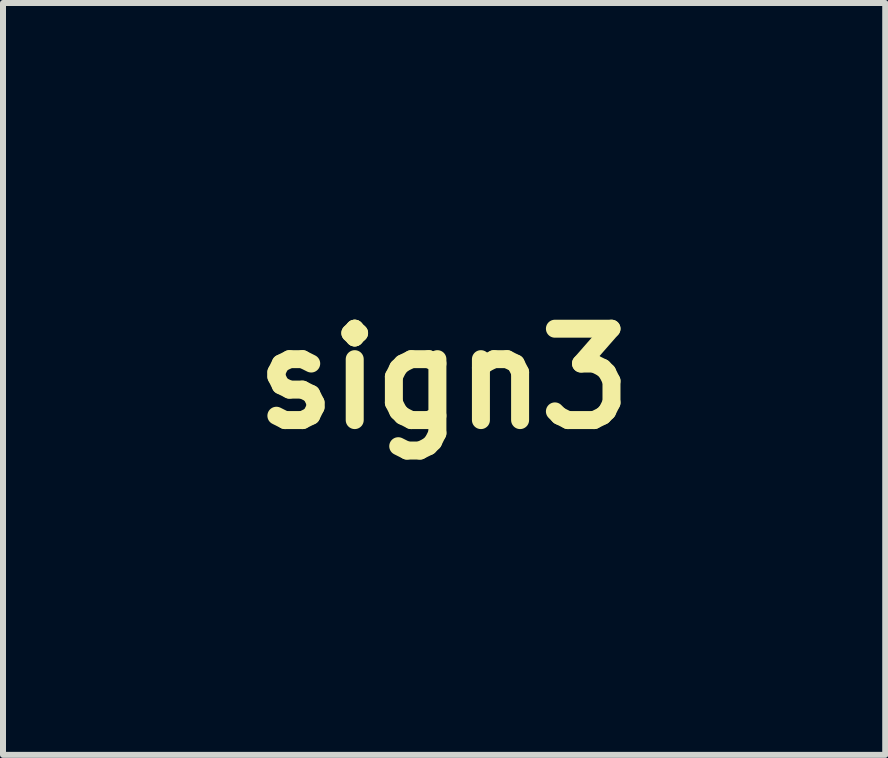
<source format=kicad_pcb>
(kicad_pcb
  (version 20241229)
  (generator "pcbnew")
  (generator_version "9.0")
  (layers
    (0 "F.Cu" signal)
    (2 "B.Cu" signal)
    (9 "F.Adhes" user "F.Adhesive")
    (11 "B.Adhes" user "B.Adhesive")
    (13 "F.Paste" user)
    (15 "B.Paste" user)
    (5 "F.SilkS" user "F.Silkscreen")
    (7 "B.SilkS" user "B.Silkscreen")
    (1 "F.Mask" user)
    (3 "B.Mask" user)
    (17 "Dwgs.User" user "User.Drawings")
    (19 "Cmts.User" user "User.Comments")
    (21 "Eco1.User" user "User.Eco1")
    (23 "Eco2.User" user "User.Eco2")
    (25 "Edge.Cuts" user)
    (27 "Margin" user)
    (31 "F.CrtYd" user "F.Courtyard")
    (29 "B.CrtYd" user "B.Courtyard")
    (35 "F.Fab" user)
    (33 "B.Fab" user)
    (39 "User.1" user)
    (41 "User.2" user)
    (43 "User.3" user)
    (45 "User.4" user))
  (footprint "sign3"
    (layer "F.Cu")
    (at 4.353 3.266)
    (property "Reference" "sign3" (at 0 0 0) (layer "F.SilkS") (effects (font (size 1.524 1.524) (thickness 0.3))))
    (attr through_hole)
    (fp_poly (pts (xy 1.045 -0.313) (xy 1.045 -0.307) (xy 1.045 -0.306) (xy 1.042 -0.307) (xy 1.041 -0.31) (xy 1.043 -0.314) (xy 1.045 -0.313)) (stroke (width 0.01) (type solid)) (fill yes) (layer "F.Mask"))
    (fp_poly (pts (xy 2.604 1.856) (xy 2.605 1.862) (xy 2.604 1.863) (xy 2.601 1.862) (xy 2.601 1.859) (xy 2.603 1.855) (xy 2.604 1.856)) (stroke (width 0.01) (type solid)) (fill yes) (layer "F.Mask"))
    (fp_poly (pts (xy -1.035 0.036) (xy -1.007 0.037) (xy -0.987 0.039) (xy -0.98 0.04) (xy -0.966 0.046) (xy -0.947 0.055) (xy -0.925 0.067) (xy -0.902 0.08) (xy -0.881 0.093) (xy -0.864 0.104) (xy -0.86 0.107) (xy -0.848 0.114) (xy -0.838 0.117) (xy -0.829 0.12) (xy -0.82 0.128) (xy -0.807 0.138) (xy -0.789 0.148) (xy -0.771 0.155) (xy -0.759 0.157) (xy -0.748 0.161) (xy -0.732 0.169) (xy -0.712 0.182) (xy -0.69 0.198) (xy -0.674 0.21) (xy -0.663 0.219) (xy -0.645 0.231) (xy -0.624 0.245) (xy -0.609 0.256) (xy -0.578 0.278) (xy -0.554 0.299) (xy -0.542 0.312) (xy -0.528 0.332) (xy -0.516 0.352) (xy -0.505 0.371) (xy -0.499 0.386) (xy -0.498 0.393) (xy -0.496 0.401) (xy -0.49 0.415) (xy -0.481 0.432) (xy -0.48 0.435) (xy -0.471 0.452) (xy -0.465 0.468) (xy -0.462 0.477) (xy -0.462 0.478) (xy -0.466 0.486) (xy -0.475 0.498) (xy -0.484 0.507) (xy -0.497 0.521) (xy -0.513 0.539) (xy -0.531 0.559) (xy -0.538 0.568) (xy -0.56 0.593) (xy -0.578 0.611) (xy -0.595 0.623) (xy -0.612 0.632) (xy -0.634 0.638) (xy -0.648 0.643) (xy -0.663 0.648) (xy -0.682 0.656) (xy -0.705 0.667) (xy -0.733 0.682) (xy -0.769 0.701) (xy -0.777 0.705) (xy -0.819 0.723) (xy -0.852 0.732) (xy -0.87 0.735) (xy -0.886 0.74) (xy -0.894 0.745) (xy -0.905 0.751) (xy -0.91 0.752) (xy -0.918 0.753) (xy -0.933 0.757) (xy -0.953 0.763) (xy -0.964 0.767) (xy -0.986 0.774) (xy -1.006 0.779) (xy -1.021 0.782) (xy -1.026 0.782) (xy -1.038 0.783) (xy -1.057 0.787) (xy -1.083 0.791) (xy -1.111 0.797) (xy -1.141 0.804) (xy -1.158 0.808) (xy -1.175 0.812) (xy -1.197 0.815) (xy -1.219 0.818) (xy -1.261 0.822) (xy -1.294 0.826) (xy -1.319 0.829) (xy -1.338 0.832) (xy -1.351 0.835) (xy -1.36 0.838) (xy -1.366 0.842) (xy -1.369 0.846) (xy -1.37 0.847) (xy -1.374 0.852) (xy -1.38 0.856) (xy -1.389 0.858) (xy -1.404 0.858) (xy -1.427 0.859) (xy -1.455 0.86) (xy -1.479 0.862) (xy -1.496 0.866) (xy -1.515 0.87) (xy -1.541 0.873) (xy -1.57 0.872) (xy -1.597 0.87) (xy -1.61 0.868) (xy -1.623 0.866) (xy -1.644 0.865) (xy -1.67 0.864) (xy -1.7 0.864) (xy -1.714 0.864) (xy -1.809 0.864) (xy -1.894 0.863) (xy -1.97 0.862) (xy -2.037 0.859) (xy -2.097 0.855) (xy -2.149 0.85) (xy -2.195 0.844) (xy -2.235 0.837) (xy -2.269 0.829) (xy -2.272 0.828) (xy -2.298 0.821) (xy -2.326 0.815) (xy -2.35 0.811) (xy -2.358 0.81) (xy -2.38 0.807) (xy -2.401 0.803) (xy -2.415 0.799) (xy -2.433 0.795) (xy -2.45 0.793) (xy -2.452 0.792) (xy -2.468 0.79) (xy -2.48 0.785) (xy -2.49 0.781) (xy -2.507 0.776) (xy -2.528 0.771) (xy -2.543 0.767) (xy -2.579 0.759) (xy -2.609 0.752) (xy -2.633 0.744) (xy -2.655 0.736) (xy -2.662 0.733) (xy -2.681 0.725) (xy -2.7 0.719) (xy -2.705 0.717) (xy -2.747 0.705) (xy -2.789 0.692) (xy -2.828 0.678) (xy -2.862 0.664) (xy -2.886 0.654) (xy -2.906 0.643) (xy -2.926 0.635) (xy -2.941 0.629) (xy -2.945 0.628) (xy -2.959 0.621) (xy -2.972 0.61) (xy -2.983 0.598) (xy -2.987 0.586) (xy -2.987 0.586) (xy -2.983 0.576) (xy -2.971 0.563) (xy -2.953 0.549) (xy -2.931 0.534) (xy -2.914 0.525) (xy -2.892 0.513) (xy -2.87 0.5) (xy -2.852 0.488) (xy -2.832 0.473) (xy -2.817 0.464) (xy -2.805 0.459) (xy -2.793 0.457) (xy -2.787 0.457) (xy -2.774 0.456) (xy -2.767 0.453) (xy -2.766 0.452) (xy -2.76 0.448) (xy -2.748 0.441) (xy -2.735 0.435) (xy -2.717 0.426) (xy -2.701 0.417) (xy -2.692 0.412) (xy -2.679 0.405) (xy -2.661 0.399) (xy -2.648 0.396) (xy -2.631 0.392) (xy -2.619 0.388) (xy -2.614 0.386) (xy -2.607 0.383) (xy -2.593 0.378) (xy -2.574 0.372) (xy -2.57 0.371) (xy -2.548 0.363) (xy -2.526 0.355) (xy -2.51 0.348) (xy -2.51 0.348) (xy -2.461 0.323) (xy -2.42 0.306) (xy -2.386 0.294) (xy -2.367 0.289) (xy -2.348 0.285) (xy -2.324 0.278) (xy -2.297 0.27) (xy -2.28 0.264) (xy -2.258 0.256) (xy -2.24 0.249) (xy -2.227 0.245) (xy -2.222 0.244) (xy -2.215 0.242) (xy -2.203 0.236) (xy -2.197 0.233) (xy -2.182 0.226) (xy -2.161 0.22) (xy -2.144 0.216) (xy -2.123 0.21) (xy -2.103 0.203) (xy -2.091 0.198) (xy -2.074 0.192) (xy -2.057 0.188) (xy -2.054 0.188) (xy -2.038 0.186) (xy -2.021 0.18) (xy -2.015 0.177) (xy -1.998 0.17) (xy -1.974 0.162) (xy -1.941 0.153) (xy -1.9 0.143) (xy -1.85 0.132) (xy -1.791 0.12) (xy -1.775 0.117) (xy -1.751 0.112) (xy -1.729 0.107) (xy -1.712 0.103) (xy -1.704 0.101) (xy -1.694 0.099) (xy -1.676 0.096) (xy -1.652 0.092) (xy -1.625 0.088) (xy -1.618 0.087) (xy -1.587 0.082) (xy -1.556 0.077) (xy -1.527 0.072) (xy -1.505 0.069) (xy -1.504 0.068) (xy -1.473 0.064) (xy -1.435 0.059) (xy -1.393 0.054) (xy -1.348 0.05) (xy -1.3 0.047) (xy -1.25 0.043) (xy -1.202 0.04) (xy -1.154 0.038) (xy -1.11 0.037) (xy -1.07 0.036) (xy -1.035 0.036)) (stroke (width 0.01) (type solid)) (fill yes) (layer "F.Mask"))
    (fp_poly (pts (xy -0.4 0.093) (xy -0.384 0.096) (xy -0.369 0.099) (xy -0.358 0.103) (xy -0.344 0.11) (xy -0.321 0.119) (xy -0.29 0.128) (xy -0.265 0.134) (xy -0.242 0.141) (xy -0.216 0.151) (xy -0.201 0.157) (xy -0.182 0.166) (xy -0.165 0.172) (xy -0.155 0.176) (xy -0.142 0.179) (xy -0.135 0.183) (xy -0.127 0.186) (xy -0.113 0.191) (xy -0.107 0.193) (xy -0.09 0.199) (xy -0.076 0.206) (xy -0.073 0.208) (xy -0.062 0.214) (xy -0.045 0.221) (xy -0.029 0.226) (xy -0.01 0.232) (xy 0.007 0.24) (xy 0.016 0.246) (xy 0.052 0.274) (xy 0.089 0.299) (xy 0.094 0.302) (xy 0.11 0.314) (xy 0.131 0.33) (xy 0.154 0.351) (xy 0.178 0.373) (xy 0.2 0.395) (xy 0.218 0.415) (xy 0.227 0.426) (xy 0.238 0.442) (xy 0.25 0.462) (xy 0.262 0.484) (xy 0.265 0.49) (xy 0.275 0.51) (xy 0.285 0.529) (xy 0.293 0.543) (xy 0.295 0.546) (xy 0.303 0.561) (xy 0.311 0.578) (xy 0.313 0.584) (xy 0.321 0.601) (xy 0.331 0.621) (xy 0.338 0.633) (xy 0.345 0.646) (xy 0.35 0.659) (xy 0.354 0.673) (xy 0.358 0.692) (xy 0.36 0.715) (xy 0.362 0.745) (xy 0.363 0.784) (xy 0.364 0.797) (xy 0.365 0.827) (xy 0.366 0.857) (xy 0.368 0.884) (xy 0.369 0.904) (xy 0.369 0.908) (xy 0.37 0.929) (xy 0.37 0.949) (xy 0.369 0.963) (xy 0.361 0.981) (xy 0.347 1.001) (xy 0.328 1.02) (xy 0.306 1.036) (xy 0.291 1.044) (xy 0.275 1.054) (xy 0.255 1.068) (xy 0.236 1.084) (xy 0.231 1.088) (xy 0.213 1.104) (xy 0.196 1.119) (xy 0.183 1.129) (xy 0.18 1.132) (xy 0.168 1.141) (xy 0.152 1.155) (xy 0.136 1.172) (xy 0.131 1.178) (xy 0.105 1.205) (xy 0.085 1.226) (xy 0.07 1.241) (xy 0.059 1.251) (xy 0.05 1.257) (xy 0.043 1.261) (xy 0.038 1.262) (xy -0.002 1.271) (xy -0.037 1.281) (xy -0.065 1.291) (xy -0.081 1.3) (xy -0.098 1.309) (xy -0.115 1.318) (xy -0.122 1.321) (xy -0.165 1.342) (xy -0.204 1.368) (xy -0.22 1.382) (xy -0.237 1.396) (xy -0.252 1.405) (xy -0.269 1.41) (xy -0.276 1.412) (xy -0.3 1.418) (xy -0.325 1.428) (xy -0.354 1.443) (xy -0.373 1.455) (xy -0.392 1.465) (xy -0.415 1.475) (xy -0.437 1.483) (xy -0.457 1.489) (xy -0.475 1.496) (xy -0.486 1.502) (xy -0.487 1.502) (xy -0.496 1.507) (xy -0.512 1.515) (xy -0.533 1.526) (xy -0.558 1.539) (xy -0.58 1.55) (xy -0.613 1.566) (xy -0.639 1.578) (xy -0.66 1.586) (xy -0.678 1.592) (xy -0.694 1.595) (xy -0.698 1.596) (xy -0.721 1.599) (xy -0.744 1.604) (xy -0.76 1.608) (xy -0.776 1.612) (xy -0.788 1.615) (xy -0.792 1.615) (xy -0.8 1.618) (xy -0.812 1.626) (xy -0.825 1.636) (xy -0.844 1.648) (xy -0.864 1.66) (xy -0.877 1.665) (xy -0.895 1.673) (xy -0.917 1.681) (xy -0.936 1.688) (xy -0.96 1.696) (xy -0.986 1.703) (xy -1.004 1.707) (xy -1.028 1.711) (xy -1.052 1.716) (xy -1.067 1.72) (xy -1.085 1.724) (xy -1.109 1.728) (xy -1.134 1.733) (xy -1.144 1.734) (xy -1.175 1.74) (xy -1.205 1.749) (xy -1.227 1.757) (xy -1.249 1.765) (xy -1.27 1.772) (xy -1.287 1.775) (xy -1.306 1.779) (xy -1.327 1.786) (xy -1.337 1.79) (xy -1.36 1.798) (xy -1.387 1.804) (xy -1.402 1.806) (xy -1.433 1.81) (xy -1.462 1.819) (xy -1.468 1.821) (xy -1.496 1.831) (xy -1.532 1.837) (xy -1.542 1.838) (xy -1.569 1.842) (xy -1.6 1.847) (xy -1.63 1.852) (xy -1.636 1.854) (xy -1.661 1.858) (xy -1.685 1.862) (xy -1.706 1.864) (xy -1.712 1.864) (xy -1.733 1.866) (xy -1.758 1.869) (xy -1.77 1.872) (xy -1.791 1.876) (xy -1.811 1.879) (xy -1.821 1.879) (xy -1.837 1.88) (xy -1.86 1.882) (xy -1.888 1.885) (xy -1.919 1.889) (xy -1.952 1.894) (xy -1.985 1.898) (xy -2.014 1.903) (xy -2.04 1.907) (xy -2.058 1.91) (xy -2.067 1.913) (xy -2.073 1.914) (xy -2.079 1.916) (xy -2.087 1.917) (xy -2.098 1.918) (xy -2.111 1.919) (xy -2.129 1.921) (xy -2.151 1.922) (xy -2.179 1.923) (xy -2.213 1.925) (xy -2.254 1.927) (xy -2.302 1.929) (xy -2.359 1.931) (xy -2.425 1.934) (xy -2.449 1.935) (xy -2.51 1.938) (xy -2.563 1.94) (xy -2.606 1.941) (xy -2.642 1.943) (xy -2.67 1.943) (xy -2.691 1.944) (xy -2.707 1.944) (xy -2.717 1.944) (xy -2.722 1.943) (xy -2.724 1.943) (xy -2.73 1.942) (xy -2.744 1.941) (xy -2.766 1.94) (xy -2.794 1.939) (xy -2.826 1.939) (xy -2.858 1.938) (xy -2.897 1.937) (xy -2.935 1.936) (xy -2.97 1.935) (xy -3 1.934) (xy -3.024 1.932) (xy -3.035 1.931) (xy -3.062 1.928) (xy -3.093 1.925) (xy -3.124 1.922) (xy -3.134 1.921) (xy -3.161 1.917) (xy -3.187 1.914) (xy -3.209 1.91) (xy -3.218 1.908) (xy -3.236 1.904) (xy -3.26 1.901) (xy -3.287 1.897) (xy -3.312 1.895) (xy -3.358 1.89) (xy -3.4 1.883) (xy -3.439 1.875) (xy -3.472 1.866) (xy -3.498 1.857) (xy -3.517 1.847) (xy -3.524 1.841) (xy -3.531 1.835) (xy -3.534 1.836) (xy -3.543 1.836) (xy -3.557 1.834) (xy -3.575 1.83) (xy -3.593 1.824) (xy -3.609 1.818) (xy -3.618 1.814) (xy -3.632 1.805) (xy -3.646 1.8) (xy -3.661 1.795) (xy -3.675 1.788) (xy -3.689 1.781) (xy -3.707 1.774) (xy -3.72 1.77) (xy -3.735 1.765) (xy -3.746 1.76) (xy -3.749 1.758) (xy -3.753 1.753) (xy -3.763 1.745) (xy -3.776 1.734) (xy -3.791 1.723) (xy -3.804 1.714) (xy -3.814 1.708) (xy -3.817 1.707) (xy -3.826 1.703) (xy -3.84 1.694) (xy -3.857 1.679) (xy -3.876 1.662) (xy -3.894 1.643) (xy -3.899 1.638) (xy -3.917 1.616) (xy -3.927 1.6) (xy -3.932 1.588) (xy -3.932 1.586) (xy -3.935 1.575) (xy -3.941 1.559) (xy -3.951 1.542) (xy -3.969 1.512) (xy -3.963 1.471) (xy -3.959 1.448) (xy -3.955 1.424) (xy -3.952 1.406) (xy -3.952 1.405) (xy -3.949 1.391) (xy -3.942 1.37) (xy -3.933 1.344) (xy -3.923 1.316) (xy -3.912 1.288) (xy -3.902 1.262) (xy -3.892 1.24) (xy -3.888 1.23) (xy -3.88 1.219) (xy -3.868 1.203) (xy -3.853 1.186) (xy -3.849 1.182) (xy -3.833 1.164) (xy -3.818 1.144) (xy -3.806 1.127) (xy -3.805 1.125) (xy -3.781 1.088) (xy -3.756 1.056) (xy -3.731 1.033) (xy -3.725 1.028) (xy -3.709 1.017) (xy -3.691 1) (xy -3.671 0.982) (xy -3.664 0.975) (xy -3.646 0.958) (xy -3.628 0.941) (xy -3.612 0.929) (xy -3.607 0.926) (xy -3.592 0.916) (xy -3.574 0.902) (xy -3.555 0.886) (xy -3.55 0.882) (xy -3.53 0.865) (xy -3.509 0.848) (xy -3.49 0.835) (xy -3.487 0.833) (xy -3.467 0.82) (xy -3.446 0.804) (xy -3.434 0.794) (xy -3.42 0.782) (xy -3.408 0.773) (xy -3.401 0.769) (xy -3.392 0.764) (xy -3.379 0.754) (xy -3.37 0.746) (xy -3.348 0.73) (xy -3.319 0.715) (xy -3.286 0.703) (xy -3.256 0.696) (xy -3.22 0.695) (xy -3.182 0.702) (xy -3.147 0.715) (xy -3.123 0.73) (xy -3.11 0.738) (xy -3.092 0.748) (xy -3.069 0.759) (xy -3.044 0.77) (xy -3.02 0.781) (xy -2.998 0.79) (xy -2.981 0.795) (xy -2.971 0.798) (xy -2.964 0.8) (xy -2.951 0.806) (xy -2.938 0.813) (xy -2.917 0.823) (xy -2.887 0.834) (xy -2.85 0.847) (xy -2.806 0.86) (xy -2.781 0.866) (xy -2.746 0.877) (xy -2.711 0.89) (xy -2.687 0.901) (xy -2.669 0.908) (xy -2.652 0.913) (xy -2.643 0.914) (xy -2.631 0.916) (xy -2.611 0.921) (xy -2.585 0.928) (xy -2.556 0.936) (xy -2.524 0.947) (xy -2.504 0.953) (xy -2.489 0.958) (xy -2.468 0.963) (xy -2.44 0.968) (xy -2.405 0.974) (xy -2.365 0.98) (xy -2.341 0.985) (xy -2.317 0.992) (xy -2.301 0.997) (xy -2.291 1.001) (xy -2.28 1.004) (xy -2.269 1.006) (xy -2.254 1.007) (xy -2.233 1.007) (xy -2.206 1.007) (xy -2.176 1.007) (xy -2.078 1.006) (xy -2.026 1.023) (xy -2.009 1.029) (xy -1.995 1.033) (xy -1.981 1.036) (xy -1.967 1.038) (xy -1.95 1.04) (xy -1.929 1.041) (xy -1.901 1.042) (xy -1.866 1.043) (xy -1.854 1.043) (xy -1.798 1.044) (xy -1.749 1.044) (xy -1.705 1.042) (xy -1.662 1.039) (xy -1.648 1.038) (xy -1.618 1.036) (xy -1.589 1.034) (xy -1.564 1.033) (xy -1.546 1.033) (xy -1.538 1.033) (xy -1.512 1.033) (xy -1.49 1.029) (xy -1.47 1.025) (xy -1.442 1.022) (xy -1.408 1.021) (xy -1.404 1.021) (xy -1.375 1.021) (xy -1.354 1.02) (xy -1.339 1.017) (xy -1.326 1.014) (xy -1.32 1.011) (xy -1.307 1.006) (xy -1.295 1.004) (xy -1.281 1.004) (xy -1.26 1.006) (xy -1.26 1.007) (xy -1.242 1.009) (xy -1.227 1.01) (xy -1.213 1.01) (xy -1.197 1.007) (xy -1.177 1.003) (xy -1.151 0.997) (xy -1.138 0.994) (xy -1.109 0.988) (xy -1.078 0.982) (xy -1.05 0.977) (xy -1.039 0.975) (xy -0.989 0.968) (xy -0.95 0.961) (xy -0.919 0.954) (xy -0.898 0.947) (xy -0.886 0.939) (xy -0.886 0.939) (xy -0.879 0.934) (xy -0.87 0.93) (xy -0.858 0.928) (xy -0.839 0.926) (xy -0.819 0.924) (xy -0.791 0.922) (xy -0.771 0.919) (xy -0.756 0.915) (xy -0.747 0.91) (xy -0.733 0.903) (xy -0.714 0.894) (xy -0.693 0.886) (xy -0.671 0.876) (xy -0.649 0.866) (xy -0.633 0.857) (xy -0.614 0.848) (xy -0.591 0.84) (xy -0.572 0.835) (xy -0.525 0.821) (xy -0.481 0.799) (xy -0.443 0.771) (xy -0.442 0.769) (xy -0.425 0.754) (xy -0.404 0.736) (xy -0.382 0.717) (xy -0.373 0.709) (xy -0.341 0.681) (xy -0.317 0.657) (xy -0.297 0.636) (xy -0.282 0.615) (xy -0.27 0.592) (xy -0.261 0.571) (xy -0.253 0.547) (xy -0.247 0.528) (xy -0.244 0.509) (xy -0.242 0.487) (xy -0.242 0.472) (xy -0.242 0.437) (xy -0.243 0.409) (xy -0.247 0.387) (xy -0.254 0.367) (xy -0.264 0.347) (xy -0.274 0.33) (xy -0.288 0.308) (xy -0.3 0.284) (xy -0.309 0.262) (xy -0.31 0.259) (xy -0.318 0.238) (xy -0.327 0.221) (xy -0.342 0.203) (xy -0.35 0.195) (xy -0.368 0.175) (xy -0.387 0.155) (xy -0.404 0.135) (xy -0.418 0.117) (xy -0.427 0.104) (xy -0.432 0.096) (xy -0.432 0.096) (xy -0.427 0.093) (xy -0.416 0.092) (xy -0.4 0.093)) (stroke (width 0.01) (type solid)) (fill yes) (layer "F.Mask"))
    (fp_poly (pts (xy -0.851 -2.457) (xy -0.814 -2.455) (xy -0.778 -2.451) (xy -0.743 -2.446) (xy -0.714 -2.441) (xy -0.692 -2.434) (xy -0.687 -2.432) (xy -0.674 -2.427) (xy -0.661 -2.424) (xy -0.646 -2.424) (xy -0.623 -2.425) (xy -0.596 -2.426) (xy -0.574 -2.425) (xy -0.554 -2.42) (xy -0.533 -2.415) (xy -0.509 -2.411) (xy -0.497 -2.41) (xy -0.482 -2.409) (xy -0.467 -2.407) (xy -0.452 -2.403) (xy -0.434 -2.397) (xy -0.413 -2.388) (xy -0.387 -2.376) (xy -0.355 -2.361) (xy -0.315 -2.342) (xy -0.305 -2.337) (xy -0.278 -2.325) (xy -0.257 -2.318) (xy -0.24 -2.316) (xy -0.223 -2.315) (xy -0.208 -2.311) (xy -0.191 -2.301) (xy -0.178 -2.29) (xy -0.164 -2.281) (xy -0.145 -2.27) (xy -0.126 -2.261) (xy -0.071 -2.232) (xy -0.014 -2.194) (xy -0.005 -2.187) (xy 0.015 -2.174) (xy 0.039 -2.161) (xy 0.061 -2.152) (xy 0.08 -2.144) (xy 0.097 -2.136) (xy 0.109 -2.13) (xy 0.109 -2.13) (xy 0.121 -2.12) (xy 0.137 -2.108) (xy 0.154 -2.094) (xy 0.171 -2.08) (xy 0.185 -2.069) (xy 0.195 -2.061) (xy 0.198 -2.058) (xy 0.211 -2.046) (xy 0.229 -2.033) (xy 0.251 -2.019) (xy 0.274 -2.006) (xy 0.295 -1.996) (xy 0.312 -1.988) (xy 0.323 -1.986) (xy 0.329 -1.983) (xy 0.341 -1.974) (xy 0.357 -1.96) (xy 0.37 -1.947) (xy 0.389 -1.927) (xy 0.412 -1.904) (xy 0.438 -1.877) (xy 0.466 -1.848) (xy 0.494 -1.819) (xy 0.523 -1.789) (xy 0.551 -1.76) (xy 0.577 -1.733) (xy 0.599 -1.709) (xy 0.618 -1.689) (xy 0.632 -1.674) (xy 0.64 -1.665) (xy 0.641 -1.664) (xy 0.667 -1.631) (xy 0.69 -1.6) (xy 0.708 -1.573) (xy 0.72 -1.551) (xy 0.721 -1.549) (xy 0.73 -1.531) (xy 0.743 -1.509) (xy 0.756 -1.488) (xy 0.758 -1.485) (xy 0.769 -1.468) (xy 0.777 -1.454) (xy 0.782 -1.445) (xy 0.782 -1.443) (xy 0.785 -1.436) (xy 0.791 -1.422) (xy 0.799 -1.404) (xy 0.809 -1.385) (xy 0.818 -1.368) (xy 0.826 -1.355) (xy 0.829 -1.352) (xy 0.834 -1.342) (xy 0.841 -1.325) (xy 0.85 -1.303) (xy 0.859 -1.278) (xy 0.861 -1.273) (xy 0.871 -1.245) (xy 0.883 -1.217) (xy 0.894 -1.192) (xy 0.903 -1.174) (xy 0.904 -1.174) (xy 0.914 -1.155) (xy 0.923 -1.136) (xy 0.929 -1.122) (xy 0.929 -1.122) (xy 0.936 -1.106) (xy 0.946 -1.089) (xy 0.948 -1.087) (xy 0.958 -1.065) (xy 0.96 -1.049) (xy 0.962 -1.036) (xy 0.965 -1.016) (xy 0.971 -0.992) (xy 0.976 -0.973) (xy 0.983 -0.946) (xy 0.989 -0.918) (xy 0.994 -0.894) (xy 0.996 -0.882) (xy 0.999 -0.863) (xy 1.003 -0.847) (xy 1.006 -0.838) (xy 1.008 -0.829) (xy 1.011 -0.812) (xy 1.014 -0.789) (xy 1.017 -0.76) (xy 1.02 -0.728) (xy 1.023 -0.695) (xy 1.026 -0.661) (xy 1.028 -0.63) (xy 1.029 -0.607) (xy 1.031 -0.569) (xy 1.033 -0.525) (xy 1.037 -0.48) (xy 1.041 -0.436) (xy 1.045 -0.398) (xy 1.046 -0.391) (xy 1.047 -0.372) (xy 1.047 -0.355) (xy 1.046 -0.345) (xy 1.043 -0.337) (xy 1.042 -0.338) (xy 1.042 -0.348) (xy 1.041 -0.358) (xy 1.038 -0.358) (xy 1.037 -0.356) (xy 1.034 -0.347) (xy 1.031 -0.328) (xy 1.029 -0.3) (xy 1.026 -0.265) (xy 1.024 -0.224) (xy 1.024 -0.202) (xy 1.023 -0.174) (xy 1.021 -0.153) (xy 1.018 -0.138) (xy 1.015 -0.125) (xy 1.011 -0.116) (xy 1.002 -0.093) (xy 1 -0.066) (xy 1 -0.066) (xy 0.999 -0.047) (xy 0.995 -0.025) (xy 0.986 0.003) (xy 0.983 0.012) (xy 0.975 0.035) (xy 0.97 0.056) (xy 0.966 0.073) (xy 0.965 0.08) (xy 0.964 0.091) (xy 0.961 0.096) (xy 0.96 0.097) (xy 0.956 0.101) (xy 0.955 0.106) (xy 0.953 0.116) (xy 0.95 0.12) (xy 0.947 0.127) (xy 0.942 0.141) (xy 0.938 0.157) (xy 0.927 0.195) (xy 0.914 0.228) (xy 0.901 0.254) (xy 0.895 0.263) (xy 0.886 0.28) (xy 0.879 0.297) (xy 0.878 0.299) (xy 0.868 0.332) (xy 0.852 0.359) (xy 0.838 0.375) (xy 0.827 0.389) (xy 0.822 0.399) (xy 0.822 0.405) (xy 0.829 0.405) (xy 0.831 0.404) (xy 0.837 0.404) (xy 0.837 0.41) (xy 0.831 0.422) (xy 0.819 0.438) (xy 0.815 0.443) (xy 0.802 0.46) (xy 0.787 0.483) (xy 0.774 0.506) (xy 0.771 0.513) (xy 0.758 0.536) (xy 0.744 0.558) (xy 0.731 0.577) (xy 0.728 0.581) (xy 0.717 0.595) (xy 0.709 0.605) (xy 0.706 0.611) (xy 0.703 0.616) (xy 0.694 0.627) (xy 0.682 0.641) (xy 0.676 0.648) (xy 0.658 0.669) (xy 0.639 0.693) (xy 0.623 0.715) (xy 0.622 0.716) (xy 0.611 0.732) (xy 0.602 0.745) (xy 0.596 0.751) (xy 0.595 0.752) (xy 0.589 0.749) (xy 0.58 0.741) (xy 0.571 0.731) (xy 0.571 0.72) (xy 0.571 0.708) (xy 0.567 0.689) (xy 0.559 0.664) (xy 0.55 0.636) (xy 0.538 0.607) (xy 0.526 0.582) (xy 0.516 0.56) (xy 0.508 0.54) (xy 0.502 0.524) (xy 0.5 0.518) (xy 0.496 0.502) (xy 0.489 0.484) (xy 0.487 0.479) (xy 0.481 0.465) (xy 0.478 0.455) (xy 0.478 0.453) (xy 0.474 0.446) (xy 0.47 0.442) (xy 0.464 0.433) (xy 0.459 0.419) (xy 0.459 0.418) (xy 0.454 0.403) (xy 0.444 0.387) (xy 0.441 0.383) (xy 0.429 0.368) (xy 0.417 0.349) (xy 0.412 0.341) (xy 0.39 0.304) (xy 0.365 0.269) (xy 0.338 0.237) (xy 0.311 0.211) (xy 0.287 0.192) (xy 0.272 0.181) (xy 0.255 0.167) (xy 0.241 0.154) (xy 0.209 0.124) (xy 0.181 0.1) (xy 0.159 0.083) (xy 0.139 0.071) (xy 0.134 0.069) (xy 0.118 0.06) (xy 0.097 0.049) (xy 0.075 0.035) (xy 0.066 0.029) (xy 0.046 0.017) (xy 0.028 0.006) (xy 0.015 -0.001) (xy 0.01 -0.003) (xy -0.002 -0.007) (xy -0.018 -0.014) (xy -0.025 -0.018) (xy -0.053 -0.032) (xy -0.08 -0.043) (xy -0.103 -0.051) (xy -0.121 -0.055) (xy -0.126 -0.056) (xy -0.141 -0.059) (xy -0.154 -0.066) (xy -0.167 -0.073) (xy -0.184 -0.079) (xy -0.191 -0.081) (xy -0.209 -0.085) (xy -0.224 -0.089) (xy -0.229 -0.09) (xy -0.241 -0.094) (xy -0.258 -0.097) (xy -0.269 -0.099) (xy -0.289 -0.103) (xy -0.309 -0.109) (xy -0.316 -0.112) (xy -0.33 -0.118) (xy -0.351 -0.124) (xy -0.373 -0.129) (xy -0.38 -0.13) (xy -0.402 -0.134) (xy -0.422 -0.138) (xy -0.436 -0.142) (xy -0.439 -0.143) (xy -0.46 -0.149) (xy -0.489 -0.154) (xy -0.527 -0.16) (xy -0.573 -0.165) (xy -0.629 -0.171) (xy -0.694 -0.176) (xy -0.768 -0.181) (xy -0.836 -0.186) (xy -0.877 -0.188) (xy -0.909 -0.19) (xy -0.934 -0.192) (xy -0.953 -0.194) (xy -0.967 -0.196) (xy -0.977 -0.199) (xy -0.985 -0.202) (xy -0.992 -0.205) (xy -0.996 -0.207) (xy -1.03 -0.226) (xy -1.058 -0.241) (xy -1.08 -0.251) (xy -1.1 -0.259) (xy -1.107 -0.262) (xy -1.126 -0.269) (xy -1.145 -0.278) (xy -1.152 -0.283) (xy -1.164 -0.29) (xy -1.173 -0.294) (xy -1.174 -0.295) (xy -1.18 -0.297) (xy -1.192 -0.304) (xy -1.208 -0.313) (xy -1.211 -0.314) (xy -1.228 -0.325) (xy -1.251 -0.338) (xy -1.278 -0.352) (xy -1.303 -0.366) (xy -1.331 -0.38) (xy -1.359 -0.395) (xy -1.384 -0.408) (xy -1.403 -0.418) (xy -1.424 -0.43) (xy -1.444 -0.442) (xy -1.459 -0.453) (xy -1.462 -0.455) (xy -1.473 -0.464) (xy -1.491 -0.477) (xy -1.513 -0.492) (xy -1.536 -0.507) (xy -1.539 -0.509) (xy -1.571 -0.532) (xy -1.604 -0.558) (xy -1.633 -0.583) (xy -1.642 -0.591) (xy -1.66 -0.61) (xy -1.673 -0.623) (xy -1.681 -0.634) (xy -1.686 -0.643) (xy -1.688 -0.654) (xy -1.689 -0.66) (xy -1.69 -0.68) (xy -1.686 -0.698) (xy -1.683 -0.707) (xy -1.67 -0.728) (xy -1.65 -0.751) (xy -1.626 -0.774) (xy -1.6 -0.794) (xy -1.597 -0.796) (xy -1.582 -0.805) (xy -1.571 -0.814) (xy -1.567 -0.818) (xy -1.56 -0.825) (xy -1.547 -0.836) (xy -1.53 -0.849) (xy -1.51 -0.862) (xy -1.492 -0.874) (xy -1.476 -0.883) (xy -1.466 -0.888) (xy -1.451 -0.894) (xy -1.44 -0.901) (xy -1.438 -0.902) (xy -1.429 -0.907) (xy -1.414 -0.913) (xy -1.397 -0.92) (xy -1.37 -0.931) (xy -1.342 -0.944) (xy -1.31 -0.961) (xy -1.289 -0.972) (xy -1.265 -0.983) (xy -1.236 -0.99) (xy -1.231 -0.991) (xy -1.197 -0.999) (xy -1.163 -1.012) (xy -1.161 -1.013) (xy -1.132 -1.026) (xy -1.095 -1.036) (xy -1.06 -1.044) (xy -1.03 -1.051) (xy -0.998 -1.059) (xy -0.968 -1.067) (xy -0.948 -1.073) (xy -0.902 -1.089) (xy -0.756 -1.085) (xy -0.704 -1.084) (xy -0.661 -1.083) (xy -0.624 -1.081) (xy -0.594 -1.078) (xy -0.568 -1.075) (xy -0.545 -1.071) (xy -0.524 -1.066) (xy -0.503 -1.061) (xy -0.495 -1.058) (xy -0.464 -1.047) (xy -0.439 -1.035) (xy -0.416 -1.021) (xy -0.392 -1.002) (xy -0.367 -0.977) (xy -0.349 -0.958) (xy -0.337 -0.945) (xy -0.33 -0.935) (xy -0.326 -0.926) (xy -0.325 -0.918) (xy -0.325 -0.916) (xy -0.33 -0.891) (xy -0.344 -0.871) (xy -0.365 -0.855) (xy -0.367 -0.855) (xy -0.389 -0.844) (xy -0.411 -0.83) (xy -0.433 -0.815) (xy -0.451 -0.801) (xy -0.463 -0.789) (xy -0.465 -0.786) (xy -0.475 -0.766) (xy -0.478 -0.75) (xy -0.475 -0.734) (xy -0.467 -0.717) (xy -0.459 -0.704) (xy -0.451 -0.694) (xy -0.442 -0.686) (xy -0.428 -0.68) (xy -0.408 -0.672) (xy -0.397 -0.668) (xy -0.376 -0.661) (xy -0.361 -0.657) (xy -0.347 -0.656) (xy -0.332 -0.659) (xy -0.311 -0.665) (xy -0.31 -0.665) (xy -0.289 -0.671) (xy -0.268 -0.677) (xy -0.255 -0.681) (xy -0.233 -0.691) (xy -0.21 -0.708) (xy -0.208 -0.709) (xy -0.191 -0.727) (xy -0.174 -0.748) (xy -0.157 -0.771) (xy -0.143 -0.793) (xy -0.133 -0.812) (xy -0.129 -0.824) (xy -0.123 -0.839) (xy -0.115 -0.852) (xy -0.108 -0.867) (xy -0.104 -0.888) (xy -0.105 -0.912) (xy -0.11 -0.937) (xy -0.118 -0.958) (xy -0.127 -0.977) (xy -0.136 -1) (xy -0.142 -1.016) (xy -0.163 -1.061) (xy -0.194 -1.105) (xy -0.234 -1.146) (xy -0.284 -1.185) (xy -0.299 -1.196) (xy -0.318 -1.208) (xy -0.334 -1.218) (xy -0.348 -1.225) (xy -0.363 -1.231) (xy -0.381 -1.237) (xy -0.403 -1.243) (xy -0.434 -1.251) (xy -0.441 -1.253) (xy -0.475 -1.261) (xy -0.502 -1.267) (xy -0.526 -1.272) (xy -0.551 -1.275) (xy -0.578 -1.278) (xy -0.61 -1.28) (xy -0.627 -1.281) (xy -0.67 -1.283) (xy -0.704 -1.285) (xy -0.73 -1.286) (xy -0.75 -1.286) (xy -0.766 -1.286) (xy -0.778 -1.285) (xy -0.788 -1.282) (xy -0.798 -1.279) (xy -0.808 -1.274) (xy -0.818 -1.269) (xy -0.843 -1.258) (xy -0.862 -1.252) (xy -0.881 -1.25) (xy -0.883 -1.25) (xy -0.907 -1.248) (xy -0.936 -1.244) (xy -0.965 -1.237) (xy -0.991 -1.23) (xy -0.999 -1.227) (xy -1.011 -1.223) (xy -1.031 -1.22) (xy -1.055 -1.216) (xy -1.076 -1.214) (xy -1.125 -1.208) (xy -1.164 -1.201) (xy -1.197 -1.192) (xy -1.224 -1.18) (xy -1.248 -1.165) (xy -1.251 -1.163) (xy -1.276 -1.149) (xy -1.297 -1.143) (xy -1.317 -1.139) (xy -1.34 -1.133) (xy -1.355 -1.128) (xy -1.372 -1.123) (xy -1.386 -1.119) (xy -1.393 -1.118) (xy -1.402 -1.115) (xy -1.419 -1.109) (xy -1.439 -1.099) (xy -1.462 -1.088) (xy -1.484 -1.076) (xy -1.505 -1.064) (xy -1.52 -1.054) (xy -1.521 -1.053) (xy -1.538 -1.041) (xy -1.554 -1.031) (xy -1.564 -1.025) (xy -1.565 -1.024) (xy -1.575 -1.019) (xy -1.591 -1.01) (xy -1.607 -1) (xy -1.623 -0.99) (xy -1.636 -0.983) (xy -1.644 -0.98) (xy -1.644 -0.98) (xy -1.653 -0.977) (xy -1.667 -0.969) (xy -1.685 -0.956) (xy -1.704 -0.941) (xy -1.723 -0.925) (xy -1.732 -0.917) (xy -1.749 -0.901) (xy -1.767 -0.887) (xy -1.782 -0.877) (xy -1.794 -0.867) (xy -1.81 -0.852) (xy -1.827 -0.833) (xy -1.839 -0.818) (xy -1.854 -0.8) (xy -1.866 -0.785) (xy -1.875 -0.775) (xy -1.879 -0.772) (xy -1.885 -0.768) (xy -1.892 -0.756) (xy -1.899 -0.739) (xy -1.906 -0.719) (xy -1.91 -0.701) (xy -1.912 -0.684) (xy -1.913 -0.67) (xy -1.911 -0.656) (xy -1.907 -0.639) (xy -1.903 -0.625) (xy -1.897 -0.604) (xy -1.892 -0.585) (xy -1.89 -0.572) (xy -1.89 -0.569) (xy -1.886 -0.554) (xy -1.875 -0.534) (xy -1.858 -0.51) (xy -1.85 -0.5) (xy -1.839 -0.487) (xy -1.827 -0.47) (xy -1.819 -0.459) (xy -1.805 -0.442) (xy -1.783 -0.42) (xy -1.757 -0.396) (xy -1.728 -0.371) (xy -1.698 -0.348) (xy -1.668 -0.326) (xy -1.641 -0.309) (xy -1.638 -0.307) (xy -1.62 -0.296) (xy -1.596 -0.281) (xy -1.569 -0.263) (xy -1.544 -0.245) (xy -1.522 -0.23) (xy -1.514 -0.223) (xy -1.501 -0.215) (xy -1.482 -0.205) (xy -1.46 -0.195) (xy -1.45 -0.19) (xy -1.416 -0.175) (xy -1.391 -0.162) (xy -1.375 -0.151) (xy -1.368 -0.142) (xy -1.368 -0.138) (xy -1.37 -0.134) (xy -1.377 -0.131) (xy -1.39 -0.13) (xy -1.405 -0.131) (xy -1.428 -0.13) (xy -1.455 -0.128) (xy -1.481 -0.124) (xy -1.483 -0.124) (xy -1.507 -0.12) (xy -1.537 -0.115) (xy -1.567 -0.109) (xy -1.584 -0.106) (xy -1.611 -0.102) (xy -1.637 -0.097) (xy -1.659 -0.092) (xy -1.671 -0.089) (xy -1.691 -0.085) (xy -1.716 -0.08) (xy -1.735 -0.076) (xy -1.755 -0.072) (xy -1.774 -0.068) (xy -1.786 -0.064) (xy -1.797 -0.06) (xy -1.816 -0.056) (xy -1.839 -0.051) (xy -1.857 -0.048) (xy -1.881 -0.044) (xy -1.902 -0.039) (xy -1.918 -0.035) (xy -1.925 -0.033) (xy -1.942 -0.026) (xy -1.966 -0.019) (xy -1.993 -0.012) (xy -2.02 -0.007) (xy -2.044 -0.003) (xy -2.047 -0.002) (xy -2.07 0.001) (xy -2.093 0.008) (xy -2.106 0.013) (xy -2.125 0.021) (xy -2.148 0.028) (xy -2.164 0.033) (xy -2.186 0.039) (xy -2.209 0.047) (xy -2.222 0.053) (xy -2.238 0.06) (xy -2.251 0.065) (xy -2.256 0.066) (xy -2.267 0.068) (xy -2.285 0.073) (xy -2.308 0.08) (xy -2.336 0.089) (xy -2.365 0.1) (xy -2.394 0.11) (xy -2.421 0.121) (xy -2.444 0.13) (xy -2.461 0.138) (xy -2.469 0.142) (xy -2.48 0.149) (xy -2.489 0.152) (xy -2.489 0.152) (xy -2.497 0.154) (xy -2.511 0.159) (xy -2.524 0.164) (xy -2.546 0.172) (xy -2.571 0.179) (xy -2.586 0.183) (xy -2.623 0.194) (xy -2.658 0.213) (xy -2.672 0.224) (xy -2.684 0.23) (xy -2.704 0.236) (xy -2.729 0.243) (xy -2.736 0.244) (xy -2.768 0.252) (xy -2.799 0.262) (xy -2.822 0.272) (xy -2.842 0.281) (xy -2.862 0.288) (xy -2.876 0.292) (xy -2.877 0.292) (xy -2.892 0.298) (xy -2.91 0.307) (xy -2.92 0.314) (xy -2.936 0.324) (xy -2.957 0.336) (xy -2.98 0.347) (xy -2.984 0.349) (xy -3.006 0.359) (xy -3.029 0.37) (xy -3.046 0.38) (xy -3.049 0.382) (xy -3.068 0.392) (xy -3.09 0.401) (xy -3.098 0.404) (xy -3.116 0.41) (xy -3.133 0.417) (xy -3.138 0.42) (xy -3.151 0.428) (xy -3.168 0.436) (xy -3.18 0.442) (xy -3.198 0.45) (xy -3.215 0.459) (xy -3.222 0.464) (xy -3.232 0.47) (xy -3.239 0.471) (xy -3.248 0.468) (xy -3.258 0.462) (xy -3.282 0.448) (xy -3.306 0.432) (xy -3.332 0.413) (xy -3.36 0.389) (xy -3.392 0.361) (xy -3.423 0.333) (xy -3.474 0.283) (xy -3.518 0.234) (xy -3.553 0.187) (xy -3.579 0.144) (xy -3.591 0.122) (xy -3.604 0.101) (xy -3.615 0.084) (xy -3.616 0.082) (xy -3.637 0.053) (xy -3.653 0.026) (xy -3.663 0.003) (xy -3.667 -0.014) (xy -3.667 -0.016) (xy -3.668 -0.042) (xy -3.672 -0.072) (xy -3.678 -0.101) (xy -3.682 -0.112) (xy -3.687 -0.129) (xy -3.69 -0.144) (xy -3.691 -0.148) (xy -3.694 -0.16) (xy -3.7 -0.177) (xy -3.705 -0.189) (xy -3.713 -0.214) (xy -3.719 -0.244) (xy -3.721 -0.264) (xy -3.722 -0.292) (xy -3.723 -0.312) (xy -3.723 -0.327) (xy -3.722 -0.339) (xy -3.718 -0.351) (xy -3.714 -0.364) (xy -3.713 -0.364) (xy -3.708 -0.385) (xy -3.704 -0.406) (xy -3.703 -0.415) (xy -3.702 -0.436) (xy -3.698 -0.458) (xy -3.696 -0.465) (xy -3.692 -0.489) (xy -3.692 -0.52) (xy -3.692 -0.531) (xy -3.693 -0.552) (xy -3.692 -0.567) (xy -3.69 -0.577) (xy -3.684 -0.588) (xy -3.681 -0.593) (xy -3.672 -0.61) (xy -3.665 -0.631) (xy -3.663 -0.641) (xy -3.659 -0.659) (xy -3.655 -0.676) (xy -3.653 -0.682) (xy -3.649 -0.697) (xy -3.647 -0.709) (xy -3.645 -0.717) (xy -3.639 -0.733) (xy -3.63 -0.754) (xy -3.619 -0.778) (xy -3.607 -0.804) (xy -3.595 -0.829) (xy -3.583 -0.853) (xy -3.573 -0.872) (xy -3.565 -0.885) (xy -3.562 -0.889) (xy -3.555 -0.898) (xy -3.546 -0.913) (xy -3.535 -0.932) (xy -3.531 -0.938) (xy -3.518 -0.96) (xy -3.505 -0.983) (xy -3.494 -1.001) (xy -3.492 -1.004) (xy -3.481 -1.022) (xy -3.47 -1.042) (xy -3.465 -1.051) (xy -3.455 -1.069) (xy -3.443 -1.087) (xy -3.427 -1.107) (xy -3.407 -1.131) (xy -3.381 -1.16) (xy -3.364 -1.178) (xy -3.353 -1.191) (xy -3.338 -1.21) (xy -3.321 -1.233) (xy -3.303 -1.257) (xy -3.3 -1.262) (xy -3.282 -1.287) (xy -3.263 -1.312) (xy -3.245 -1.333) (xy -3.23 -1.349) (xy -3.228 -1.351) (xy -3.212 -1.369) (xy -3.197 -1.387) (xy -3.187 -1.403) (xy -3.187 -1.404) (xy -3.176 -1.421) (xy -3.161 -1.44) (xy -3.151 -1.449) (xy -3.134 -1.465) (xy -3.114 -1.483) (xy -3.102 -1.494) (xy -3.084 -1.509) (xy -3.065 -1.525) (xy -3.053 -1.534) (xy -3.039 -1.546) (xy -3.021 -1.563) (xy -3.003 -1.581) (xy -2.997 -1.587) (xy -2.972 -1.614) (xy -2.952 -1.635) (xy -2.935 -1.65) (xy -2.921 -1.661) (xy -2.908 -1.67) (xy -2.898 -1.675) (xy -2.871 -1.69) (xy -2.843 -1.709) (xy -2.812 -1.734) (xy -2.777 -1.766) (xy -2.776 -1.767) (xy -2.753 -1.788) (xy -2.733 -1.803) (xy -2.716 -1.813) (xy -2.703 -1.819) (xy -2.679 -1.831) (xy -2.655 -1.848) (xy -2.65 -1.852) (xy -2.632 -1.867) (xy -2.61 -1.881) (xy -2.592 -1.891) (xy -2.571 -1.901) (xy -2.549 -1.913) (xy -2.535 -1.923) (xy -2.521 -1.932) (xy -2.5 -1.944) (xy -2.477 -1.957) (xy -2.46 -1.966) (xy -2.435 -1.979) (xy -2.409 -1.993) (xy -2.387 -2.007) (xy -2.376 -2.014) (xy -2.344 -2.033) (xy -2.318 -2.042) (xy -2.299 -2.048) (xy -2.277 -2.059) (xy -2.25 -2.075) (xy -2.243 -2.08) (xy -2.203 -2.106) (xy -2.168 -2.126) (xy -2.134 -2.142) (xy -2.101 -2.153) (xy -2.071 -2.165) (xy -2.045 -2.179) (xy -2.021 -2.199) (xy -2.019 -2.2) (xy -2.009 -2.208) (xy -1.995 -2.215) (xy -1.975 -2.222) (xy -1.946 -2.229) (xy -1.945 -2.23) (xy -1.891 -2.246) (xy -1.847 -2.265) (xy -1.81 -2.287) (xy -1.809 -2.288) (xy -1.794 -2.296) (xy -1.78 -2.301) (xy -1.777 -2.301) (xy -1.766 -2.303) (xy -1.749 -2.309) (xy -1.732 -2.316) (xy -1.713 -2.325) (xy -1.699 -2.329) (xy -1.684 -2.33) (xy -1.665 -2.328) (xy -1.646 -2.327) (xy -1.633 -2.328) (xy -1.62 -2.331) (xy -1.604 -2.338) (xy -1.593 -2.343) (xy -1.57 -2.354) (xy -1.543 -2.366) (xy -1.517 -2.376) (xy -1.514 -2.378) (xy -1.492 -2.386) (xy -1.472 -2.394) (xy -1.456 -2.4) (xy -1.453 -2.402) (xy -1.439 -2.406) (xy -1.418 -2.409) (xy -1.393 -2.412) (xy -1.379 -2.413) (xy -1.352 -2.416) (xy -1.326 -2.419) (xy -1.303 -2.423) (xy -1.293 -2.426) (xy -1.27 -2.431) (xy -1.246 -2.434) (xy -1.233 -2.434) (xy -1.211 -2.434) (xy -1.186 -2.436) (xy -1.175 -2.438) (xy -1.16 -2.44) (xy -1.137 -2.442) (xy -1.109 -2.444) (xy -1.078 -2.445) (xy -1.059 -2.446) (xy -1.028 -2.447) (xy -0.998 -2.449) (xy -0.971 -2.451) (xy -0.951 -2.453) (xy -0.942 -2.454) (xy -0.918 -2.457) (xy -0.887 -2.458) (xy -0.851 -2.457)) (stroke (width 0.01) (type solid)) (fill yes) (layer "F.Mask"))
    (fp_poly (pts (xy 4.354 3.266) (xy -4.348 3.266) (xy -4.348 1.398) (xy -4.16 1.398) (xy -4.16 1.399) (xy -4.16 1.428) (xy -4.159 1.448) (xy -4.158 1.463) (xy -4.155 1.475) (xy -4.15 1.487) (xy -4.149 1.491) (xy -4.14 1.507) (xy -4.132 1.519) (xy -4.129 1.523) (xy -4.123 1.534) (xy -4.123 1.543) (xy -4.121 1.56) (xy -4.113 1.577) (xy -4.104 1.593) (xy -4.093 1.613) (xy -4.084 1.631) (xy -4.073 1.65) (xy -4.061 1.669) (xy -4.051 1.681) (xy -4.039 1.697) (xy -4.026 1.715) (xy -4.02 1.726) (xy -4.009 1.742) (xy -3.992 1.763) (xy -3.971 1.786) (xy -3.949 1.81) (xy -3.926 1.832) (xy -3.905 1.85) (xy -3.888 1.862) (xy -3.887 1.863) (xy -3.87 1.873) (xy -3.854 1.884) (xy -3.848 1.887) (xy -3.834 1.897) (xy -3.816 1.907) (xy -3.81 1.91) (xy -3.794 1.919) (xy -3.781 1.927) (xy -3.777 1.931) (xy -3.768 1.936) (xy -3.752 1.942) (xy -3.731 1.949) (xy -3.711 1.955) (xy -3.686 1.962) (xy -3.662 1.969) (xy -3.643 1.976) (xy -3.633 1.981) (xy -3.616 1.988) (xy -3.593 1.997) (xy -3.567 2.005) (xy -3.542 2.013) (xy -3.521 2.018) (xy -3.518 2.018) (xy -3.505 2.021) (xy -3.486 2.025) (xy -3.472 2.029) (xy -3.451 2.033) (xy -3.426 2.038) (xy -3.4 2.042) (xy -3.395 2.042) (xy -3.371 2.046) (xy -3.346 2.05) (xy -3.326 2.055) (xy -3.322 2.056) (xy -3.302 2.06) (xy -3.278 2.065) (xy -3.256 2.068) (xy -3.23 2.071) (xy -3.201 2.074) (xy -3.18 2.077) (xy -3.157 2.08) (xy -3.128 2.083) (xy -3.1 2.085) (xy -3.094 2.085) (xy -3.075 2.086) (xy -3.049 2.087) (xy -3.016 2.088) (xy -2.979 2.09) (xy -2.94 2.091) (xy -2.907 2.093) (xy -2.843 2.095) (xy -2.786 2.096) (xy -2.734 2.096) (xy -2.685 2.094) (xy -2.671 2.094) (xy -2.631 2.092) (xy -2.585 2.09) (xy -2.538 2.089) (xy -2.495 2.088) (xy -2.476 2.088) (xy -2.443 2.088) (xy -2.412 2.087) (xy -2.384 2.086) (xy -2.362 2.084) (xy -2.349 2.083) (xy -2.335 2.081) (xy -2.312 2.08) (xy -2.284 2.079) (xy -2.252 2.078) (xy -2.218 2.078) (xy -2.212 2.078) (xy -2.173 2.078) (xy -2.142 2.077) (xy -2.118 2.076) (xy -2.1 2.074) (xy -2.086 2.072) (xy -2.078 2.069) (xy -2.062 2.066) (xy -2.038 2.062) (xy -2.011 2.06) (xy -1.984 2.057) (xy -1.932 2.053) (xy -1.882 2.046) (xy -1.839 2.037) (xy -1.819 2.032) (xy -1.804 2.029) (xy -1.784 2.028) (xy -1.765 2.027) (xy -1.735 2.025) (xy -1.708 2.019) (xy -1.694 2.013) (xy -1.675 2.007) (xy -1.656 2.002) (xy -1.633 1.999) (xy -1.604 1.997) (xy -1.595 1.996) (xy -1.573 1.995) (xy -1.554 1.993) (xy -1.536 1.99) (xy -1.518 1.987) (xy -1.496 1.981) (xy -1.471 1.973) (xy -1.439 1.963) (xy -1.407 1.952) (xy -1.381 1.945) (xy -1.351 1.938) (xy -1.32 1.932) (xy -1.291 1.927) (xy -1.268 1.925) (xy -1.264 1.925) (xy -1.237 1.923) (xy -1.206 1.914) (xy -1.197 1.91) (xy -1.15 1.896) (xy -1.119 1.892) (xy -1.087 1.887) (xy -1.058 1.88) (xy -1.052 1.877) (xy -1.033 1.871) (xy -1.009 1.864) (xy -0.984 1.858) (xy -0.978 1.857) (xy -0.951 1.852) (xy -0.929 1.847) (xy -0.911 1.843) (xy -0.893 1.837) (xy -0.872 1.829) (xy -0.846 1.819) (xy -0.828 1.812) (xy -0.791 1.797) (xy -0.755 1.784) (xy -0.723 1.774) (xy -0.697 1.766) (xy -0.677 1.762) (xy -0.672 1.761) (xy -0.66 1.758) (xy -0.655 1.754) (xy -0.646 1.748) (xy -0.643 1.747) (xy -0.636 1.745) (xy -0.623 1.74) (xy -0.605 1.731) (xy -0.597 1.727) (xy -0.579 1.718) (xy -0.563 1.711) (xy -0.552 1.707) (xy -0.55 1.707) (xy -0.542 1.705) (xy -0.529 1.699) (xy -0.512 1.691) (xy -0.49 1.682) (xy -0.466 1.674) (xy -0.45 1.671) (xy -0.423 1.664) (xy -0.391 1.653) (xy -0.358 1.638) (xy -0.327 1.62) (xy -0.31 1.609) (xy -0.295 1.599) (xy -0.282 1.592) (xy -0.274 1.59) (xy -0.265 1.588) (xy -0.251 1.582) (xy -0.233 1.573) (xy -0.23 1.572) (xy -0.209 1.561) (xy -0.186 1.551) (xy -0.168 1.543) (xy -0.148 1.534) (xy -0.129 1.524) (xy -0.12 1.518) (xy -0.104 1.509) (xy -0.087 1.502) (xy -0.082 1.501) (xy -0.073 1.498) (xy -0.063 1.495) (xy -0.051 1.489) (xy -0.034 1.48) (xy -0.011 1.466) (xy -0.003 1.462) (xy 0.013 1.453) (xy 0.03 1.445) (xy 0.03 1.445) (xy 0.046 1.438) (xy 0.064 1.43) (xy 0.075 1.425) (xy 0.09 1.418) (xy 0.101 1.413) (xy 0.105 1.412) (xy 0.11 1.409) (xy 0.121 1.402) (xy 0.132 1.394) (xy 0.146 1.385) (xy 0.156 1.378) (xy 0.161 1.377) (xy 0.167 1.374) (xy 0.178 1.367) (xy 0.178 1.367) (xy 0.194 1.358) (xy 0.211 1.358) (xy 0.231 1.365) (xy 0.243 1.371) (xy 0.248 1.377) (xy 0.247 1.386) (xy 0.241 1.4) (xy 0.236 1.418) (xy 0.234 1.437) (xy 0.234 1.44) (xy 0.229 1.465) (xy 0.222 1.478) (xy 0.213 1.495) (xy 0.207 1.511) (xy 0.207 1.514) (xy 0.199 1.55) (xy 0.188 1.577) (xy 0.175 1.595) (xy 0.163 1.61) (xy 0.151 1.63) (xy 0.146 1.641) (xy 0.136 1.661) (xy 0.123 1.684) (xy 0.115 1.696) (xy 0.105 1.712) (xy 0.099 1.725) (xy 0.097 1.732) (xy 0.094 1.742) (xy 0.092 1.745) (xy 0.089 1.75) (xy 0.083 1.763) (xy 0.077 1.781) (xy 0.076 1.784) (xy 0.071 1.801) (xy 0.064 1.814) (xy 0.056 1.827) (xy 0.043 1.842) (xy 0.025 1.861) (xy 0.023 1.864) (xy -0.001 1.89) (xy -0.019 1.913) (xy -0.028 1.93) (xy -0.037 1.949) (xy -0.048 1.967) (xy -0.051 1.971) (xy -0.059 1.983) (xy -0.071 2) (xy -0.085 2.021) (xy -0.098 2.04) (xy -0.122 2.074) (xy -0.151 2.113) (xy -0.183 2.154) (xy -0.215 2.193) (xy -0.246 2.228) (xy -0.264 2.25) (xy -0.276 2.27) (xy -0.281 2.28) (xy -0.289 2.299) (xy -0.305 2.323) (xy -0.329 2.353) (xy -0.359 2.387) (xy -0.364 2.393) (xy -0.379 2.41) (xy -0.392 2.429) (xy -0.401 2.444) (xy -0.411 2.462) (xy -0.424 2.48) (xy -0.429 2.487) (xy -0.442 2.504) (xy -0.454 2.522) (xy -0.458 2.529) (xy -0.464 2.544) (xy -0.466 2.553) (xy -0.464 2.561) (xy -0.462 2.565) (xy -0.453 2.575) (xy -0.439 2.585) (xy -0.43 2.59) (xy -0.414 2.599) (xy -0.4 2.608) (xy -0.396 2.613) (xy -0.39 2.624) (xy -0.387 2.639) (xy -0.387 2.652) (xy -0.391 2.659) (xy -0.396 2.665) (xy -0.391 2.67) (xy -0.376 2.674) (xy -0.371 2.675) (xy -0.356 2.678) (xy -0.345 2.681) (xy -0.342 2.683) (xy -0.336 2.686) (xy -0.323 2.686) (xy -0.307 2.684) (xy -0.293 2.681) (xy -0.282 2.677) (xy -0.281 2.676) (xy -0.275 2.669) (xy -0.274 2.667) (xy -0.271 2.661) (xy -0.263 2.651) (xy -0.258 2.646) (xy -0.222 2.607) (xy -0.193 2.573) (xy -0.17 2.543) (xy -0.169 2.542) (xy -0.154 2.522) (xy -0.137 2.503) (xy -0.123 2.489) (xy -0.102 2.467) (xy -0.077 2.438) (xy -0.051 2.405) (xy -0.03 2.375) (xy -0.019 2.36) (xy -0.003 2.342) (xy 0.015 2.322) (xy 0.026 2.31) (xy 0.045 2.29) (xy 0.064 2.269) (xy 0.08 2.249) (xy 0.086 2.241) (xy 0.097 2.225) (xy 0.106 2.213) (xy 0.112 2.207) (xy 0.112 2.207) (xy 0.117 2.202) (xy 0.126 2.19) (xy 0.137 2.175) (xy 0.138 2.173) (xy 0.152 2.155) (xy 0.169 2.134) (xy 0.189 2.112) (xy 0.197 2.103) (xy 0.214 2.085) (xy 0.229 2.067) (xy 0.24 2.051) (xy 0.244 2.044) (xy 0.251 2.031) (xy 0.257 2.022) (xy 0.258 2.021) (xy 0.264 2.017) (xy 0.275 2.007) (xy 0.29 1.994) (xy 0.3 1.984) (xy 0.318 1.965) (xy 0.33 1.95) (xy 0.338 1.937) (xy 0.343 1.923) (xy 0.348 1.91) (xy 0.354 1.898) (xy 0.365 1.885) (xy 0.38 1.868) (xy 0.394 1.854) (xy 0.413 1.835) (xy 0.43 1.817) (xy 0.443 1.802) (xy 0.45 1.793) (xy 0.461 1.777) (xy 0.474 1.761) (xy 0.475 1.76) (xy 0.506 1.725) (xy 0.534 1.692) (xy 0.556 1.662) (xy 0.563 1.653) (xy 0.573 1.639) (xy 0.583 1.626) (xy 0.594 1.614) (xy 0.609 1.601) (xy 0.63 1.584) (xy 0.64 1.575) (xy 0.652 1.563) (xy 0.667 1.546) (xy 0.683 1.525) (xy 0.688 1.517) (xy 0.704 1.495) (xy 0.72 1.473) (xy 0.735 1.455) (xy 0.74 1.45) (xy 0.755 1.432) (xy 0.771 1.412) (xy 0.78 1.399) (xy 0.789 1.388) (xy 0.803 1.37) (xy 0.823 1.349) (xy 0.845 1.326) (xy 0.868 1.301) (xy 0.872 1.297) (xy 0.899 1.27) (xy 0.928 1.24) (xy 0.956 1.21) (xy 0.98 1.183) (xy 0.998 1.164) (xy 1.021 1.138) (xy 1.046 1.11) (xy 1.07 1.084) (xy 1.091 1.061) (xy 1.093 1.06) (xy 1.112 1.039) (xy 1.131 1.017) (xy 1.148 0.998) (xy 1.158 0.986) (xy 1.17 0.972) (xy 1.187 0.952) (xy 1.21 0.928) (xy 1.236 0.901) (xy 1.265 0.871) (xy 1.295 0.841) (xy 1.325 0.811) (xy 1.354 0.782) (xy 1.363 0.774) (xy 1.386 0.753) (xy 1.402 0.74) (xy 1.413 0.735) (xy 1.419 0.737) (xy 1.421 0.746) (xy 1.42 0.756) (xy 1.414 0.782) (xy 1.406 0.807) (xy 1.393 0.835) (xy 1.388 0.845) (xy 1.379 0.865) (xy 1.373 0.883) (xy 1.369 0.897) (xy 1.369 0.897) (xy 1.365 0.912) (xy 1.356 0.928) (xy 1.352 0.933) (xy 1.334 0.96) (xy 1.324 0.983) (xy 1.321 1.005) (xy 1.317 1.024) (xy 1.308 1.05) (xy 1.3 1.064) (xy 1.291 1.084) (xy 1.284 1.102) (xy 1.28 1.116) (xy 1.28 1.119) (xy 1.278 1.131) (xy 1.273 1.148) (xy 1.265 1.168) (xy 1.265 1.168) (xy 1.257 1.186) (xy 1.252 1.201) (xy 1.25 1.21) (xy 1.25 1.21) (xy 1.247 1.217) (xy 1.241 1.231) (xy 1.231 1.248) (xy 1.227 1.255) (xy 1.216 1.275) (xy 1.209 1.29) (xy 1.206 1.303) (xy 1.207 1.311) (xy 1.206 1.326) (xy 1.2 1.342) (xy 1.193 1.355) (xy 1.183 1.372) (xy 1.176 1.389) (xy 1.173 1.397) (xy 1.163 1.44) (xy 1.151 1.479) (xy 1.139 1.51) (xy 1.134 1.522) (xy 1.117 1.555) (xy 1.106 1.58) (xy 1.099 1.598) (xy 1.097 1.611) (xy 1.097 1.611) (xy 1.095 1.622) (xy 1.089 1.638) (xy 1.081 1.657) (xy 1.079 1.661) (xy 1.07 1.681) (xy 1.064 1.695) (xy 1.063 1.707) (xy 1.064 1.72) (xy 1.064 1.722) (xy 1.064 1.746) (xy 1.059 1.766) (xy 1.053 1.784) (xy 1.047 1.804) (xy 1.046 1.811) (xy 1.043 1.828) (xy 1.039 1.851) (xy 1.035 1.875) (xy 1.034 1.881) (xy 1.031 1.902) (xy 1.029 1.921) (xy 1.03 1.939) (xy 1.034 1.958) (xy 1.04 1.981) (xy 1.05 2.008) (xy 1.064 2.043) (xy 1.067 2.05) (xy 1.071 2.063) (xy 1.074 2.073) (xy 1.078 2.084) (xy 1.087 2.1) (xy 1.097 2.117) (xy 1.098 2.118) (xy 1.11 2.135) (xy 1.121 2.146) (xy 1.132 2.152) (xy 1.14 2.155) (xy 1.157 2.158) (xy 1.181 2.16) (xy 1.208 2.161) (xy 1.236 2.16) (xy 1.263 2.158) (xy 1.284 2.155) (xy 1.297 2.152) (xy 1.312 2.146) (xy 1.325 2.144) (xy 1.327 2.144) (xy 1.337 2.141) (xy 1.354 2.133) (xy 1.374 2.12) (xy 1.397 2.105) (xy 1.421 2.088) (xy 1.442 2.071) (xy 1.454 2.062) (xy 1.472 2.044) (xy 1.49 2.024) (xy 1.504 2.006) (xy 1.518 1.989) (xy 1.537 1.97) (xy 1.557 1.953) (xy 1.56 1.95) (xy 1.588 1.926) (xy 1.605 1.904) (xy 1.608 1.9) (xy 1.632 1.858) (xy 1.661 1.813) (xy 1.692 1.77) (xy 1.714 1.743) (xy 1.735 1.719) (xy 1.749 1.701) (xy 1.758 1.688) (xy 1.764 1.678) (xy 1.767 1.669) (xy 1.768 1.66) (xy 1.768 1.66) (xy 1.77 1.651) (xy 1.776 1.64) (xy 1.788 1.625) (xy 1.807 1.606) (xy 1.826 1.586) (xy 1.845 1.563) (xy 1.862 1.543) (xy 1.868 1.534) (xy 1.882 1.515) (xy 1.896 1.497) (xy 1.907 1.483) (xy 1.907 1.482) (xy 1.918 1.468) (xy 1.931 1.449) (xy 1.943 1.43) (xy 1.956 1.409) (xy 1.972 1.388) (xy 1.985 1.373) (xy 2 1.356) (xy 2.015 1.337) (xy 2.023 1.326) (xy 2.036 1.308) (xy 2.05 1.29) (xy 2.056 1.284) (xy 2.069 1.268) (xy 2.082 1.25) (xy 2.085 1.245) (xy 2.093 1.233) (xy 2.106 1.215) (xy 2.121 1.195) (xy 2.135 1.178) (xy 2.151 1.156) (xy 2.165 1.136) (xy 2.176 1.118) (xy 2.181 1.107) (xy 2.19 1.088) (xy 2.198 1.069) (xy 2.2 1.064) (xy 2.206 1.05) (xy 2.209 1.04) (xy 2.21 1.038) (xy 2.213 1.033) (xy 2.222 1.022) (xy 2.235 1.009) (xy 2.238 1.006) (xy 2.253 0.99) (xy 2.266 0.974) (xy 2.273 0.961) (xy 2.274 0.961) (xy 2.281 0.947) (xy 2.29 0.935) (xy 2.305 0.921) (xy 2.325 0.905) (xy 2.34 0.894) (xy 2.35 0.89) (xy 2.357 0.892) (xy 2.363 0.9) (xy 2.363 0.9) (xy 2.366 0.912) (xy 2.368 0.932) (xy 2.369 0.957) (xy 2.368 0.984) (xy 2.367 1.012) (xy 2.364 1.038) (xy 2.36 1.059) (xy 2.357 1.068) (xy 2.352 1.087) (xy 2.347 1.109) (xy 2.343 1.131) (xy 2.341 1.15) (xy 2.341 1.162) (xy 2.341 1.162) (xy 2.34 1.17) (xy 2.338 1.184) (xy 2.334 1.198) (xy 2.328 1.23) (xy 2.328 1.257) (xy 2.333 1.28) (xy 2.334 1.284) (xy 2.339 1.302) (xy 2.341 1.326) (xy 2.341 1.336) (xy 2.342 1.357) (xy 2.343 1.376) (xy 2.344 1.388) (xy 2.347 1.404) (xy 2.348 1.424) (xy 2.349 1.439) (xy 2.351 1.462) (xy 2.355 1.486) (xy 2.358 1.499) (xy 2.363 1.517) (xy 2.368 1.533) (xy 2.369 1.54) (xy 2.375 1.553) (xy 2.384 1.567) (xy 2.388 1.572) (xy 2.402 1.596) (xy 2.407 1.614) (xy 2.412 1.629) (xy 2.419 1.65) (xy 2.429 1.673) (xy 2.434 1.684) (xy 2.443 1.702) (xy 2.452 1.717) (xy 2.462 1.731) (xy 2.475 1.746) (xy 2.492 1.765) (xy 2.514 1.788) (xy 2.52 1.793) (xy 2.556 1.828) (xy 2.589 1.855) (xy 2.62 1.876) (xy 2.65 1.89) (xy 2.682 1.899) (xy 2.717 1.904) (xy 2.749 1.905) (xy 2.807 1.902) (xy 2.859 1.892) (xy 2.907 1.876) (xy 2.952 1.852) (xy 2.967 1.842) (xy 2.985 1.83) (xy 3.004 1.819) (xy 3.013 1.814) (xy 3.025 1.806) (xy 3.043 1.792) (xy 3.065 1.773) (xy 3.089 1.749) (xy 3.101 1.737) (xy 3.129 1.709) (xy 3.157 1.684) (xy 3.183 1.662) (xy 3.206 1.643) (xy 3.225 1.63) (xy 3.238 1.622) (xy 3.244 1.621) (xy 3.251 1.617) (xy 3.262 1.606) (xy 3.275 1.591) (xy 3.288 1.575) (xy 3.299 1.558) (xy 3.306 1.544) (xy 3.316 1.527) (xy 3.332 1.508) (xy 3.346 1.493) (xy 3.366 1.474) (xy 3.39 1.448) (xy 3.418 1.417) (xy 3.447 1.384) (xy 3.475 1.351) (xy 3.501 1.318) (xy 3.508 1.31) (xy 3.525 1.288) (xy 3.535 1.272) (xy 3.542 1.26) (xy 3.544 1.25) (xy 3.545 1.244) (xy 3.546 1.229) (xy 3.549 1.218) (xy 3.549 1.217) (xy 3.554 1.211) (xy 3.566 1.2) (xy 3.581 1.185) (xy 3.6 1.167) (xy 3.603 1.164) (xy 3.628 1.14) (xy 3.647 1.122) (xy 3.661 1.107) (xy 3.67 1.095) (xy 3.677 1.084) (xy 3.682 1.072) (xy 3.685 1.064) (xy 3.696 1.041) (xy 3.712 1.02) (xy 3.714 1.017) (xy 3.736 0.993) (xy 3.753 0.972) (xy 3.765 0.955) (xy 3.769 0.943) (xy 3.769 0.942) (xy 3.772 0.934) (xy 3.78 0.92) (xy 3.791 0.902) (xy 3.799 0.89) (xy 3.813 0.868) (xy 3.828 0.846) (xy 3.84 0.828) (xy 3.844 0.821) (xy 3.861 0.793) (xy 3.875 0.772) (xy 3.887 0.755) (xy 3.898 0.74) (xy 3.904 0.733) (xy 3.915 0.717) (xy 3.924 0.7) (xy 3.926 0.693) (xy 3.933 0.676) (xy 3.943 0.66) (xy 3.943 0.659) (xy 3.953 0.643) (xy 3.961 0.628) (xy 3.961 0.626) (xy 3.967 0.614) (xy 3.978 0.598) (xy 3.99 0.581) (xy 3.99 0.581) (xy 4.004 0.561) (xy 4.018 0.537) (xy 4.03 0.513) (xy 4.031 0.511) (xy 4.04 0.491) (xy 4.049 0.474) (xy 4.057 0.462) (xy 4.058 0.46) (xy 4.066 0.45) (xy 4.076 0.434) (xy 4.081 0.424) (xy 4.092 0.405) (xy 4.105 0.386) (xy 4.11 0.378) (xy 4.121 0.363) (xy 4.13 0.348) (xy 4.132 0.343) (xy 4.141 0.327) (xy 4.15 0.312) (xy 4.157 0.299) (xy 4.16 0.288) (xy 4.161 0.287) (xy 4.163 0.275) (xy 4.168 0.264) (xy 4.186 0.231) (xy 4.199 0.205) (xy 4.21 0.185) (xy 4.217 0.17) (xy 4.222 0.157) (xy 4.225 0.145) (xy 4.226 0.141) (xy 4.23 0.123) (xy 4.23 0.11) (xy 4.228 0.098) (xy 4.226 0.093) (xy 4.221 0.079) (xy 4.222 0.067) (xy 4.225 0.056) (xy 4.229 0.041) (xy 4.23 0.022) (xy 4.229 0.000241) (xy 4.225 -0.038) (xy 4.188 -0.077) (xy 4.17 -0.096) (xy 4.154 -0.116) (xy 4.141 -0.135) (xy 4.136 -0.143) (xy 4.124 -0.163) (xy 4.109 -0.177) (xy 4.09 -0.185) (xy 4.065 -0.189) (xy 4.039 -0.19) (xy 4.016 -0.19) (xy 3.995 -0.187) (xy 3.98 -0.184) (xy 3.978 -0.184) (xy 3.965 -0.176) (xy 3.947 -0.161) (xy 3.926 -0.139) (xy 3.917 -0.129) (xy 3.894 -0.103) (xy 3.877 -0.083) (xy 3.865 -0.068) (xy 3.857 -0.055) (xy 3.852 -0.044) (xy 3.849 -0.032) (xy 3.847 -0.024) (xy 3.844 -0.007) (xy 3.836 0.009) (xy 3.822 0.026) (xy 3.822 0.026) (xy 3.806 0.047) (xy 3.798 0.067) (xy 3.797 0.07) (xy 3.793 0.082) (xy 3.786 0.1) (xy 3.777 0.123) (xy 3.766 0.147) (xy 3.756 0.169) (xy 3.747 0.187) (xy 3.741 0.201) (xy 3.739 0.207) (xy 3.739 0.207) (xy 3.743 0.208) (xy 3.747 0.206) (xy 3.753 0.207) (xy 3.754 0.215) (xy 3.757 0.227) (xy 3.764 0.24) (xy 3.764 0.241) (xy 3.771 0.254) (xy 3.775 0.266) (xy 3.775 0.267) (xy 3.778 0.278) (xy 3.785 0.29) (xy 3.792 0.296) (xy 3.8 0.3) (xy 3.812 0.302) (xy 3.83 0.302) (xy 3.832 0.302) (xy 3.861 0.3) (xy 3.881 0.294) (xy 3.884 0.293) (xy 3.902 0.286) (xy 3.918 0.286) (xy 3.926 0.291) (xy 3.929 0.299) (xy 3.926 0.31) (xy 3.922 0.319) (xy 3.915 0.332) (xy 3.908 0.341) (xy 3.907 0.343) (xy 3.902 0.35) (xy 3.901 0.356) (xy 3.899 0.365) (xy 3.893 0.38) (xy 3.886 0.397) (xy 3.877 0.415) (xy 3.869 0.429) (xy 3.863 0.438) (xy 3.861 0.439) (xy 3.857 0.445) (xy 3.851 0.458) (xy 3.844 0.475) (xy 3.843 0.478) (xy 3.835 0.497) (xy 3.826 0.514) (xy 3.819 0.524) (xy 3.819 0.525) (xy 3.811 0.536) (xy 3.804 0.552) (xy 3.802 0.558) (xy 3.795 0.573) (xy 3.785 0.593) (xy 3.774 0.613) (xy 3.773 0.614) (xy 3.761 0.633) (xy 3.751 0.651) (xy 3.744 0.664) (xy 3.744 0.665) (xy 3.736 0.681) (xy 3.725 0.696) (xy 3.717 0.708) (xy 3.706 0.725) (xy 3.7 0.737) (xy 3.688 0.756) (xy 3.673 0.776) (xy 3.663 0.787) (xy 3.647 0.805) (xy 3.635 0.825) (xy 3.626 0.848) (xy 3.616 0.87) (xy 3.605 0.889) (xy 3.59 0.908) (xy 3.58 0.919) (xy 3.56 0.941) (xy 3.539 0.966) (xy 3.518 0.993) (xy 3.499 1.019) (xy 3.483 1.042) (xy 3.472 1.06) (xy 3.47 1.064) (xy 3.452 1.093) (xy 3.427 1.124) (xy 3.394 1.156) (xy 3.36 1.185) (xy 3.32 1.221) (xy 3.284 1.262) (xy 3.269 1.283) (xy 3.261 1.294) (xy 3.248 1.309) (xy 3.233 1.325) (xy 3.233 1.325) (xy 3.218 1.341) (xy 3.208 1.355) (xy 3.205 1.363) (xy 3.204 1.373) (xy 3.2 1.381) (xy 3.191 1.39) (xy 3.176 1.401) (xy 3.16 1.414) (xy 3.143 1.431) (xy 3.135 1.441) (xy 3.125 1.455) (xy 3.115 1.466) (xy 3.104 1.476) (xy 3.09 1.487) (xy 3.071 1.5) (xy 3.058 1.509) (xy 3.037 1.525) (xy 3.015 1.543) (xy 2.997 1.56) (xy 2.995 1.562) (xy 2.974 1.581) (xy 2.949 1.599) (xy 2.934 1.608) (xy 2.915 1.618) (xy 2.898 1.628) (xy 2.886 1.635) (xy 2.885 1.635) (xy 2.855 1.651) (xy 2.819 1.66) (xy 2.778 1.662) (xy 2.756 1.661) (xy 2.737 1.659) (xy 2.724 1.657) (xy 2.722 1.657) (xy 2.707 1.647) (xy 2.69 1.63) (xy 2.672 1.608) (xy 2.653 1.581) (xy 2.636 1.552) (xy 2.627 1.534) (xy 2.618 1.515) (xy 2.608 1.497) (xy 2.601 1.486) (xy 2.594 1.472) (xy 2.591 1.454) (xy 2.591 1.44) (xy 2.589 1.418) (xy 2.586 1.397) (xy 2.583 1.386) (xy 2.578 1.365) (xy 2.574 1.337) (xy 2.572 1.304) (xy 2.572 1.269) (xy 2.574 1.235) (xy 2.577 1.209) (xy 2.579 1.183) (xy 2.581 1.155) (xy 2.581 1.131) (xy 2.581 1.125) (xy 2.58 1.102) (xy 2.582 1.084) (xy 2.587 1.068) (xy 2.588 1.067) (xy 2.599 1.032) (xy 2.607 0.991) (xy 2.611 0.949) (xy 2.611 0.938) (xy 2.612 0.914) (xy 2.615 0.888) (xy 2.619 0.867) (xy 2.627 0.837) (xy 2.636 0.803) (xy 2.647 0.767) (xy 2.657 0.733) (xy 2.667 0.702) (xy 2.675 0.676) (xy 2.682 0.657) (xy 2.683 0.655) (xy 2.689 0.637) (xy 2.694 0.62) (xy 2.695 0.615) (xy 2.698 0.598) (xy 2.705 0.575) (xy 2.713 0.548) (xy 2.723 0.52) (xy 2.732 0.495) (xy 2.739 0.478) (xy 2.747 0.459) (xy 2.753 0.443) (xy 2.756 0.434) (xy 2.759 0.422) (xy 2.766 0.404) (xy 2.774 0.385) (xy 2.781 0.367) (xy 2.787 0.35) (xy 2.789 0.339) (xy 2.789 0.339) (xy 2.791 0.328) (xy 2.797 0.312) (xy 2.804 0.297) (xy 2.814 0.276) (xy 2.824 0.254) (xy 2.83 0.241) (xy 2.837 0.225) (xy 2.846 0.211) (xy 2.849 0.206) (xy 2.856 0.196) (xy 2.864 0.18) (xy 2.873 0.162) (xy 2.874 0.16) (xy 2.888 0.128) (xy 2.899 0.104) (xy 2.908 0.086) (xy 2.916 0.072) (xy 2.922 0.062) (xy 2.928 0.049) (xy 2.928 0.036) (xy 2.922 0.021) (xy 2.908 0.004) (xy 2.891 -0.013) (xy 2.876 -0.029) (xy 2.866 -0.042) (xy 2.86 -0.053) (xy 2.858 -0.066) (xy 2.857 -0.067) (xy 2.854 -0.082) (xy 2.85 -0.094) (xy 2.848 -0.096) (xy 2.837 -0.099) (xy 2.821 -0.095) (xy 2.802 -0.084) (xy 2.78 -0.067) (xy 2.758 -0.047) (xy 2.735 -0.022) (xy 2.714 0.005) (xy 2.708 0.014) (xy 2.671 0.064) (xy 2.635 0.109) (xy 2.618 0.127) (xy 2.606 0.144) (xy 2.595 0.161) (xy 2.591 0.17) (xy 2.584 0.184) (xy 2.573 0.202) (xy 2.56 0.221) (xy 2.557 0.225) (xy 2.542 0.245) (xy 2.526 0.27) (xy 2.51 0.296) (xy 2.504 0.306) (xy 2.491 0.328) (xy 2.477 0.35) (xy 2.465 0.367) (xy 2.459 0.373) (xy 2.447 0.387) (xy 2.438 0.4) (xy 2.436 0.406) (xy 2.43 0.417) (xy 2.421 0.432) (xy 2.414 0.441) (xy 2.4 0.459) (xy 2.384 0.478) (xy 2.377 0.489) (xy 2.365 0.504) (xy 2.349 0.524) (xy 2.331 0.544) (xy 2.323 0.553) (xy 2.301 0.579) (xy 2.285 0.598) (xy 2.276 0.613) (xy 2.271 0.623) (xy 2.271 0.627) (xy 2.269 0.634) (xy 2.263 0.644) (xy 2.253 0.66) (xy 2.238 0.681) (xy 2.225 0.698) (xy 2.21 0.719) (xy 2.193 0.743) (xy 2.182 0.759) (xy 2.168 0.781) (xy 2.152 0.805) (xy 2.14 0.823) (xy 2.13 0.839) (xy 2.124 0.852) (xy 2.121 0.86) (xy 2.122 0.861) (xy 2.12 0.869) (xy 2.114 0.879) (xy 2.113 0.88) (xy 2.084 0.912) (xy 2.061 0.938) (xy 2.044 0.96) (xy 2.03 0.978) (xy 2.02 0.994) (xy 2.013 1.008) (xy 2.006 1.023) (xy 2.006 1.023) (xy 1.998 1.042) (xy 1.986 1.06) (xy 1.968 1.081) (xy 1.957 1.093) (xy 1.94 1.111) (xy 1.923 1.131) (xy 1.906 1.153) (xy 1.887 1.179) (xy 1.865 1.211) (xy 1.842 1.245) (xy 1.827 1.265) (xy 1.807 1.287) (xy 1.791 1.303) (xy 1.773 1.321) (xy 1.755 1.344) (xy 1.741 1.363) (xy 1.728 1.382) (xy 1.711 1.405) (xy 1.692 1.427) (xy 1.682 1.437) (xy 1.64 1.483) (xy 1.606 1.527) (xy 1.583 1.562) (xy 1.571 1.581) (xy 1.557 1.602) (xy 1.549 1.613) (xy 1.537 1.631) (xy 1.526 1.651) (xy 1.52 1.661) (xy 1.509 1.68) (xy 1.492 1.697) (xy 1.48 1.706) (xy 1.465 1.719) (xy 1.445 1.736) (xy 1.423 1.757) (xy 1.402 1.778) (xy 1.402 1.778) (xy 1.376 1.804) (xy 1.355 1.823) (xy 1.338 1.835) (xy 1.325 1.841) (xy 1.313 1.842) (xy 1.308 1.84) (xy 1.298 1.83) (xy 1.293 1.818) (xy 1.289 1.805) (xy 1.284 1.798) (xy 1.284 1.797) (xy 1.282 1.791) (xy 1.287 1.784) (xy 1.293 1.772) (xy 1.295 1.76) (xy 1.297 1.746) (xy 1.301 1.728) (xy 1.303 1.72) (xy 1.308 1.703) (xy 1.31 1.688) (xy 1.311 1.683) (xy 1.313 1.669) (xy 1.318 1.654) (xy 1.322 1.641) (xy 1.327 1.622) (xy 1.331 1.603) (xy 1.336 1.578) (xy 1.344 1.551) (xy 1.351 1.534) (xy 1.36 1.513) (xy 1.371 1.487) (xy 1.382 1.463) (xy 1.383 1.46) (xy 1.392 1.438) (xy 1.401 1.416) (xy 1.407 1.397) (xy 1.407 1.394) (xy 1.413 1.375) (xy 1.42 1.357) (xy 1.423 1.351) (xy 1.438 1.321) (xy 1.45 1.291) (xy 1.458 1.266) (xy 1.462 1.25) (xy 1.469 1.227) (xy 1.482 1.209) (xy 1.492 1.195) (xy 1.496 1.184) (xy 1.496 1.182) (xy 1.496 1.173) (xy 1.5 1.159) (xy 1.505 1.15) (xy 1.513 1.13) (xy 1.52 1.107) (xy 1.524 1.095) (xy 1.535 1.056) (xy 1.55 1.022) (xy 1.563 1.003) (xy 1.571 0.992) (xy 1.575 0.984) (xy 1.575 0.983) (xy 1.577 0.976) (xy 1.582 0.963) (xy 1.589 0.948) (xy 1.596 0.934) (xy 1.602 0.923) (xy 1.606 0.919) (xy 1.609 0.915) (xy 1.614 0.903) (xy 1.618 0.89) (xy 1.627 0.865) (xy 1.638 0.837) (xy 1.651 0.808) (xy 1.665 0.783) (xy 1.677 0.763) (xy 1.681 0.758) (xy 1.69 0.746) (xy 1.696 0.735) (xy 1.697 0.732) (xy 1.699 0.721) (xy 1.704 0.704) (xy 1.712 0.684) (xy 1.721 0.664) (xy 1.729 0.647) (xy 1.734 0.638) (xy 1.742 0.624) (xy 1.749 0.605) (xy 1.753 0.592) (xy 1.759 0.57) (xy 1.767 0.549) (xy 1.773 0.538) (xy 1.782 0.522) (xy 1.789 0.506) (xy 1.79 0.5) (xy 1.794 0.486) (xy 1.802 0.467) (xy 1.811 0.445) (xy 1.82 0.423) (xy 1.829 0.405) (xy 1.835 0.395) (xy 1.842 0.383) (xy 1.849 0.367) (xy 1.851 0.363) (xy 1.86 0.346) (xy 1.87 0.33) (xy 1.872 0.328) (xy 1.881 0.314) (xy 1.892 0.297) (xy 1.896 0.288) (xy 1.908 0.27) (xy 1.923 0.251) (xy 1.93 0.242) (xy 1.943 0.223) (xy 1.952 0.205) (xy 1.953 0.2) (xy 1.958 0.184) (xy 1.965 0.171) (xy 1.966 0.17) (xy 1.975 0.157) (xy 1.981 0.146) (xy 1.982 0.136) (xy 1.98 0.126) (xy 1.971 0.113) (xy 1.956 0.096) (xy 1.948 0.088) (xy 1.931 0.069) (xy 1.919 0.05) (xy 1.912 0.034) (xy 1.912 0.025) (xy 1.911 0.014) (xy 1.906 -0.001) (xy 1.898 -0.015) (xy 1.89 -0.025) (xy 1.887 -0.027) (xy 1.877 -0.027) (xy 1.861 -0.024) (xy 1.843 -0.018) (xy 1.827 -0.01) (xy 1.818 -0.005) (xy 1.807 0.006) (xy 1.795 0.022) (xy 1.791 0.03) (xy 1.78 0.047) (xy 1.766 0.065) (xy 1.751 0.081) (xy 1.737 0.093) (xy 1.728 0.099) (xy 1.721 0.104) (xy 1.709 0.115) (xy 1.694 0.13) (xy 1.676 0.148) (xy 1.674 0.151) (xy 1.653 0.174) (xy 1.628 0.201) (xy 1.602 0.229) (xy 1.577 0.255) (xy 1.574 0.258) (xy 1.553 0.281) (xy 1.532 0.303) (xy 1.515 0.323) (xy 1.502 0.338) (xy 1.498 0.343) (xy 1.483 0.361) (xy 1.465 0.379) (xy 1.454 0.388) (xy 1.444 0.397) (xy 1.429 0.411) (xy 1.408 0.43) (xy 1.384 0.454) (xy 1.357 0.48) (xy 1.329 0.508) (xy 1.321 0.515) (xy 1.287 0.549) (xy 1.259 0.577) (xy 1.237 0.599) (xy 1.22 0.616) (xy 1.209 0.629) (xy 1.201 0.637) (xy 1.196 0.643) (xy 1.194 0.647) (xy 1.194 0.648) (xy 1.19 0.652) (xy 1.181 0.663) (xy 1.167 0.677) (xy 1.151 0.694) (xy 1.149 0.695) (xy 1.126 0.719) (xy 1.101 0.746) (xy 1.077 0.772) (xy 1.064 0.787) (xy 1.014 0.843) (xy 0.966 0.893) (xy 0.932 0.925) (xy 0.916 0.94) (xy 0.896 0.96) (xy 0.875 0.983) (xy 0.857 1.003) (xy 0.837 1.026) (xy 0.816 1.048) (xy 0.797 1.068) (xy 0.783 1.081) (xy 0.768 1.094) (xy 0.757 1.105) (xy 0.752 1.112) (xy 0.752 1.113) (xy 0.748 1.122) (xy 0.739 1.136) (xy 0.724 1.154) (xy 0.705 1.176) (xy 0.684 1.199) (xy 0.661 1.223) (xy 0.637 1.247) (xy 0.615 1.268) (xy 0.595 1.286) (xy 0.578 1.299) (xy 0.575 1.302) (xy 0.559 1.311) (xy 0.548 1.314) (xy 0.542 1.308) (xy 0.54 1.294) (xy 0.539 1.278) (xy 0.54 1.259) (xy 0.542 1.248) (xy 0.546 1.24) (xy 0.552 1.236) (xy 0.558 1.23) (xy 0.563 1.221) (xy 0.567 1.208) (xy 0.571 1.187) (xy 0.573 1.175) (xy 0.578 1.149) (xy 0.583 1.131) (xy 0.588 1.118) (xy 0.595 1.108) (xy 0.596 1.106) (xy 0.606 1.093) (xy 0.609 1.079) (xy 0.609 1.069) (xy 0.609 1.056) (xy 0.612 1.046) (xy 0.619 1.035) (xy 0.631 1.022) (xy 0.647 1.004) (xy 0.664 0.984) (xy 0.673 0.971) (xy 0.685 0.956) (xy 0.703 0.938) (xy 0.723 0.92) (xy 0.731 0.913) (xy 0.751 0.895) (xy 0.77 0.876) (xy 0.785 0.858) (xy 0.789 0.852) (xy 0.803 0.832) (xy 0.82 0.811) (xy 0.831 0.797) (xy 0.844 0.781) (xy 0.86 0.759) (xy 0.876 0.736) (xy 0.887 0.721) (xy 0.902 0.698) (xy 0.919 0.674) (xy 0.934 0.653) (xy 0.942 0.643) (xy 0.954 0.626) (xy 0.964 0.611) (xy 0.97 0.601) (xy 0.97 0.601) (xy 0.986 0.567) (xy 0.998 0.541) (xy 1.008 0.525) (xy 1.013 0.518) (xy 1.02 0.509) (xy 1.021 0.503) (xy 1.024 0.49) (xy 1.034 0.469) (xy 1.05 0.441) (xy 1.054 0.434) (xy 1.065 0.416) (xy 1.077 0.394) (xy 1.089 0.372) (xy 1.099 0.351) (xy 1.107 0.333) (xy 1.112 0.32) (xy 1.113 0.316) (xy 1.115 0.307) (xy 1.121 0.294) (xy 1.122 0.293) (xy 1.13 0.276) (xy 1.139 0.252) (xy 1.147 0.223) (xy 1.154 0.192) (xy 1.159 0.164) (xy 1.164 0.138) (xy 1.171 0.114) (xy 1.177 0.103) (xy 1.186 0.081) (xy 1.191 0.057) (xy 1.192 0.051) (xy 1.195 0.03) (xy 1.2 0.01) (xy 1.202 0.003) (xy 1.206 -0.01) (xy 1.21 -0.026) (xy 1.213 -0.048) (xy 1.217 -0.077) (xy 1.221 -0.114) (xy 1.222 -0.13) (xy 1.224 -0.147) (xy 1.227 -0.16) (xy 1.23 -0.165) (xy 1.234 -0.175) (xy 1.234 -0.195) (xy 1.23 -0.221) (xy 1.226 -0.237) (xy 1.222 -0.256) (xy 1.221 -0.269) (xy 1.223 -0.282) (xy 1.227 -0.298) (xy 1.23 -0.304) (xy 1.233 -0.315) (xy 1.236 -0.325) (xy 1.237 -0.336) (xy 1.239 -0.349) (xy 1.24 -0.366) (xy 1.24 -0.388) (xy 1.241 -0.417) (xy 1.241 -0.454) (xy 1.241 -0.486) (xy 1.241 -0.53) (xy 1.241 -0.566) (xy 1.24 -0.593) (xy 1.239 -0.613) (xy 1.238 -0.628) (xy 1.237 -0.638) (xy 1.235 -0.644) (xy 1.233 -0.646) (xy 1.229 -0.657) (xy 1.223 -0.674) (xy 1.22 -0.691) (xy 1.214 -0.714) (xy 1.208 -0.739) (xy 1.204 -0.753) (xy 1.198 -0.772) (xy 1.195 -0.79) (xy 1.194 -0.799) (xy 1.191 -0.816) (xy 1.186 -0.831) (xy 1.18 -0.85) (xy 1.18 -0.87) (xy 1.181 -0.887) (xy 1.178 -0.897) (xy 1.176 -0.899) (xy 1.169 -0.909) (xy 1.162 -0.929) (xy 1.155 -0.957) (xy 1.149 -0.989) (xy 1.143 -1.011) (xy 1.136 -1.036) (xy 1.13 -1.051) (xy 1.124 -1.068) (xy 1.119 -1.083) (xy 1.118 -1.091) (xy 1.115 -1.101) (xy 1.11 -1.115) (xy 1.107 -1.119) (xy 1.097 -1.139) (xy 1.087 -1.161) (xy 1.076 -1.186) (xy 1.066 -1.209) (xy 1.058 -1.229) (xy 1.053 -1.243) (xy 1.052 -1.25) (xy 1.049 -1.262) (xy 1.042 -1.275) (xy 1.041 -1.275) (xy 1.035 -1.286) (xy 1.025 -1.303) (xy 1.013 -1.324) (xy 1.005 -1.34) (xy 0.992 -1.364) (xy 0.978 -1.388) (xy 0.965 -1.41) (xy 0.959 -1.419) (xy 0.948 -1.436) (xy 0.939 -1.451) (xy 0.935 -1.461) (xy 0.929 -1.472) (xy 0.92 -1.487) (xy 0.912 -1.501) (xy 0.901 -1.52) (xy 0.889 -1.539) (xy 0.884 -1.55) (xy 0.874 -1.567) (xy 0.862 -1.586) (xy 0.854 -1.597) (xy 0.824 -1.638) (xy 0.799 -1.671) (xy 0.78 -1.698) (xy 0.765 -1.717) (xy 0.754 -1.731) (xy 0.747 -1.74) (xy 0.743 -1.744) (xy 0.742 -1.745) (xy 0.737 -1.75) (xy 0.729 -1.763) (xy 0.719 -1.779) (xy 0.715 -1.785) (xy 0.701 -1.806) (xy 0.681 -1.831) (xy 0.657 -1.859) (xy 0.631 -1.887) (xy 0.604 -1.913) (xy 0.577 -1.938) (xy 0.553 -1.958) (xy 0.533 -1.972) (xy 0.525 -1.976) (xy 0.506 -1.986) (xy 0.496 -1.994) (xy 0.493 -2.001) (xy 0.493 -2.002) (xy 0.489 -2.01) (xy 0.478 -2.024) (xy 0.462 -2.042) (xy 0.441 -2.064) (xy 0.417 -2.088) (xy 0.39 -2.113) (xy 0.362 -2.139) (xy 0.333 -2.164) (xy 0.306 -2.187) (xy 0.28 -2.208) (xy 0.258 -2.225) (xy 0.239 -2.238) (xy 0.229 -2.244) (xy 0.22 -2.249) (xy 0.207 -2.257) (xy 0.206 -2.258) (xy 0.192 -2.267) (xy 0.175 -2.277) (xy 0.165 -2.282) (xy 0.146 -2.293) (xy 0.126 -2.308) (xy 0.117 -2.315) (xy 0.094 -2.334) (xy 0.075 -2.348) (xy 0.058 -2.356) (xy 0.043 -2.362) (xy 0.027 -2.368) (xy 0.015 -2.375) (xy 0.013 -2.377) (xy 0.004 -2.384) (xy -0.012 -2.394) (xy -0.034 -2.405) (xy -0.06 -2.419) (xy -0.088 -2.433) (xy -0.117 -2.446) (xy -0.145 -2.459) (xy -0.169 -2.47) (xy -0.189 -2.477) (xy -0.202 -2.481) (xy -0.204 -2.482) (xy -0.215 -2.483) (xy -0.225 -2.486) (xy -0.235 -2.492) (xy -0.248 -2.501) (xy -0.261 -2.511) (xy -0.271 -2.518) (xy -0.282 -2.523) (xy -0.295 -2.525) (xy -0.316 -2.527) (xy -0.32 -2.527) (xy -0.342 -2.528) (xy -0.356 -2.53) (xy -0.366 -2.534) (xy -0.372 -2.539) (xy -0.392 -2.552) (xy -0.419 -2.561) (xy -0.453 -2.567) (xy -0.458 -2.568) (xy -0.479 -2.57) (xy -0.501 -2.574) (xy -0.526 -2.579) (xy -0.556 -2.586) (xy -0.594 -2.596) (xy -0.602 -2.598) (xy -0.63 -2.604) (xy -0.656 -2.609) (xy -0.686 -2.612) (xy -0.722 -2.614) (xy -0.724 -2.614) (xy -0.757 -2.615) (xy -0.794 -2.617) (xy -0.83 -2.62) (xy -0.857 -2.622) (xy -0.886 -2.624) (xy -0.907 -2.625) (xy -0.923 -2.624) (xy -0.938 -2.622) (xy -0.952 -2.619) (xy -0.972 -2.615) (xy -0.986 -2.614) (xy -0.995 -2.616) (xy -0.996 -2.617) (xy -1.01 -2.62) (xy -1.031 -2.62) (xy -1.057 -2.616) (xy -1.082 -2.611) (xy -1.095 -2.609) (xy -1.115 -2.607) (xy -1.142 -2.604) (xy -1.171 -2.602) (xy -1.194 -2.601) (xy -1.255 -2.597) (xy -1.308 -2.591) (xy -1.35 -2.584) (xy -1.383 -2.575) (xy -1.397 -2.57) (xy -1.416 -2.563) (xy -1.44 -2.559) (xy -1.455 -2.557) (xy -1.477 -2.554) (xy -1.497 -2.55) (xy -1.509 -2.545) (xy -1.525 -2.539) (xy -1.544 -2.532) (xy -1.552 -2.53) (xy -1.571 -2.525) (xy -1.589 -2.52) (xy -1.595 -2.518) (xy -1.611 -2.511) (xy -1.63 -2.504) (xy -1.638 -2.5) (xy -1.658 -2.495) (xy -1.681 -2.489) (xy -1.698 -2.487) (xy -1.735 -2.48) (xy -1.769 -2.466) (xy -1.793 -2.456) (xy -1.821 -2.447) (xy -1.844 -2.441) (xy -1.866 -2.435) (xy -1.887 -2.428) (xy -1.902 -2.421) (xy -1.921 -2.411) (xy -1.945 -2.401) (xy -1.97 -2.391) (xy -1.992 -2.383) (xy -2.004 -2.379) (xy -2.018 -2.374) (xy -2.034 -2.366) (xy -2.036 -2.364) (xy -2.051 -2.356) (xy -2.065 -2.352) (xy -2.067 -2.352) (xy -2.079 -2.35) (xy -2.096 -2.345) (xy -2.114 -2.339) (xy -2.133 -2.33) (xy -2.158 -2.318) (xy -2.189 -2.302) (xy -2.223 -2.285) (xy -2.258 -2.266) (xy -2.292 -2.247) (xy -2.324 -2.23) (xy -2.351 -2.214) (xy -2.371 -2.202) (xy -2.375 -2.199) (xy -2.395 -2.186) (xy -2.415 -2.175) (xy -2.43 -2.168) (xy -2.433 -2.167) (xy -2.447 -2.161) (xy -2.467 -2.151) (xy -2.487 -2.14) (xy -2.49 -2.138) (xy -2.511 -2.126) (xy -2.533 -2.115) (xy -2.552 -2.106) (xy -2.553 -2.105) (xy -2.573 -2.095) (xy -2.595 -2.082) (xy -2.607 -2.074) (xy -2.623 -2.063) (xy -2.638 -2.053) (xy -2.647 -2.048) (xy -2.658 -2.04) (xy -2.674 -2.029) (xy -2.688 -2.019) (xy -2.706 -2.006) (xy -2.725 -1.994) (xy -2.736 -1.987) (xy -2.755 -1.976) (xy -2.779 -1.961) (xy -2.804 -1.942) (xy -2.829 -1.923) (xy -2.851 -1.905) (xy -2.856 -1.901) (xy -2.868 -1.89) (xy -2.885 -1.878) (xy -2.903 -1.865) (xy -2.919 -1.855) (xy -2.932 -1.847) (xy -2.94 -1.844) (xy -2.94 -1.844) (xy -2.945 -1.842) (xy -2.957 -1.835) (xy -2.971 -1.826) (xy -3.012 -1.796) (xy -3.047 -1.761) (xy -3.056 -1.75) (xy -3.069 -1.736) (xy -3.085 -1.72) (xy -3.096 -1.711) (xy -3.133 -1.68) (xy -3.171 -1.647) (xy -3.209 -1.611) (xy -3.245 -1.575) (xy -3.278 -1.54) (xy -3.306 -1.507) (xy -3.328 -1.479) (xy -3.331 -1.474) (xy -3.346 -1.453) (xy -3.357 -1.44) (xy -3.364 -1.435) (xy -3.367 -1.435) (xy -3.379 -1.434) (xy -3.395 -1.425) (xy -3.414 -1.409) (xy -3.434 -1.388) (xy -3.456 -1.362) (xy -3.476 -1.333) (xy -3.479 -1.328) (xy -3.488 -1.316) (xy -3.501 -1.298) (xy -3.517 -1.278) (xy -3.526 -1.267) (xy -3.541 -1.248) (xy -3.556 -1.229) (xy -3.567 -1.213) (xy -3.571 -1.206) (xy -3.58 -1.194) (xy -3.594 -1.177) (xy -3.61 -1.158) (xy -3.62 -1.147) (xy -3.636 -1.131) (xy -3.648 -1.117) (xy -3.656 -1.107) (xy -3.658 -1.103) (xy -3.66 -1.094) (xy -3.666 -1.08) (xy -3.675 -1.061) (xy -3.686 -1.041) (xy -3.696 -1.023) (xy -3.705 -1.008) (xy -3.711 -1.001) (xy -3.719 -0.989) (xy -3.728 -0.972) (xy -3.734 -0.958) (xy -3.743 -0.936) (xy -3.756 -0.913) (xy -3.765 -0.897) (xy -3.775 -0.881) (xy -3.782 -0.869) (xy -3.785 -0.862) (xy -3.785 -0.862) (xy -3.787 -0.856) (xy -3.794 -0.845) (xy -3.803 -0.831) (xy -3.813 -0.818) (xy -3.821 -0.807) (xy -3.825 -0.803) (xy -3.827 -0.797) (xy -3.831 -0.783) (xy -3.835 -0.765) (xy -3.837 -0.752) (xy -3.842 -0.729) (xy -3.847 -0.706) (xy -3.852 -0.689) (xy -3.853 -0.684) (xy -3.857 -0.668) (xy -3.858 -0.652) (xy -3.857 -0.65) (xy -3.859 -0.633) (xy -3.866 -0.62) (xy -3.872 -0.608) (xy -3.878 -0.591) (xy -3.882 -0.568) (xy -3.886 -0.538) (xy -3.889 -0.501) (xy -3.892 -0.456) (xy -3.894 -0.401) (xy -3.894 -0.389) (xy -3.895 -0.357) (xy -3.897 -0.328) (xy -3.898 -0.302) (xy -3.9 -0.283) (xy -3.902 -0.273) (xy -3.905 -0.256) (xy -3.903 -0.244) (xy -3.901 -0.238) (xy -3.898 -0.227) (xy -3.895 -0.209) (xy -3.894 -0.187) (xy -3.894 -0.183) (xy -3.89 -0.14) (xy -3.881 -0.093) (xy -3.868 -0.044) (xy -3.851 0.002) (xy -3.838 0.03) (xy -3.829 0.048) (xy -3.82 0.065) (xy -3.816 0.074) (xy -3.807 0.088) (xy -3.796 0.103) (xy -3.794 0.106) (xy -3.784 0.12) (xy -3.78 0.134) (xy -3.779 0.136) (xy -3.777 0.15) (xy -3.77 0.164) (xy -3.769 0.165) (xy -3.762 0.178) (xy -3.759 0.189) (xy -3.759 0.19) (xy -3.756 0.199) (xy -3.747 0.211) (xy -3.742 0.215) (xy -3.731 0.226) (xy -3.715 0.241) (xy -3.698 0.258) (xy -3.69 0.265) (xy -3.67 0.285) (xy -3.658 0.3) (xy -3.654 0.311) (xy -3.654 0.312) (xy -3.65 0.326) (xy -3.64 0.344) (xy -3.625 0.364) (xy -3.606 0.386) (xy -3.592 0.399) (xy -3.58 0.41) (xy -3.562 0.428) (xy -3.54 0.449) (xy -3.516 0.472) (xy -3.492 0.496) (xy -3.492 0.497) (xy -3.467 0.521) (xy -3.449 0.54) (xy -3.436 0.553) (xy -3.428 0.563) (xy -3.424 0.569) (xy -3.424 0.574) (xy -3.425 0.578) (xy -3.427 0.582) (xy -3.434 0.591) (xy -3.439 0.594) (xy -3.444 0.598) (xy -3.454 0.606) (xy -3.469 0.618) (xy -3.479 0.627) (xy -3.502 0.646) (xy -3.53 0.666) (xy -3.562 0.686) (xy -3.602 0.709) (xy -3.619 0.719) (xy -3.639 0.73) (xy -3.657 0.742) (xy -3.677 0.757) (xy -3.7 0.777) (xy -3.707 0.783) (xy -3.725 0.798) (xy -3.744 0.811) (xy -3.759 0.82) (xy -3.768 0.827) (xy -3.783 0.839) (xy -3.803 0.856) (xy -3.826 0.878) (xy -3.851 0.901) (xy -3.877 0.926) (xy -3.903 0.952) (xy -3.928 0.976) (xy -3.95 0.998) (xy -3.968 1.017) (xy -3.979 1.03) (xy -3.994 1.05) (xy -4.006 1.068) (xy -4.012 1.083) (xy -4.013 1.088) (xy -4.017 1.096) (xy -4.026 1.107) (xy -4.034 1.116) (xy -4.048 1.133) (xy -4.064 1.157) (xy -4.08 1.186) (xy -4.091 1.208) (xy -4.102 1.228) (xy -4.11 1.243) (xy -4.115 1.249) (xy -4.123 1.263) (xy -4.127 1.275) (xy -4.132 1.286) (xy -4.141 1.301) (xy -4.146 1.31) (xy -4.152 1.32) (xy -4.156 1.329) (xy -4.158 1.339) (xy -4.16 1.352) (xy -4.16 1.371) (xy -4.16 1.398) (xy -4.348 1.398) (xy -4.348 -3.261) (xy 4.354 -3.261) (xy 4.354 3.266)) (stroke (width 0.01) (type solid)) (fill yes) (layer "F.Mask")))
  (gr_rect
    (start -3 -3)
    (end 11.712 9.538)
    (stroke (width 0.1) (type default))
    (fill no)
    (layer "Edge.Cuts")))
</source>
